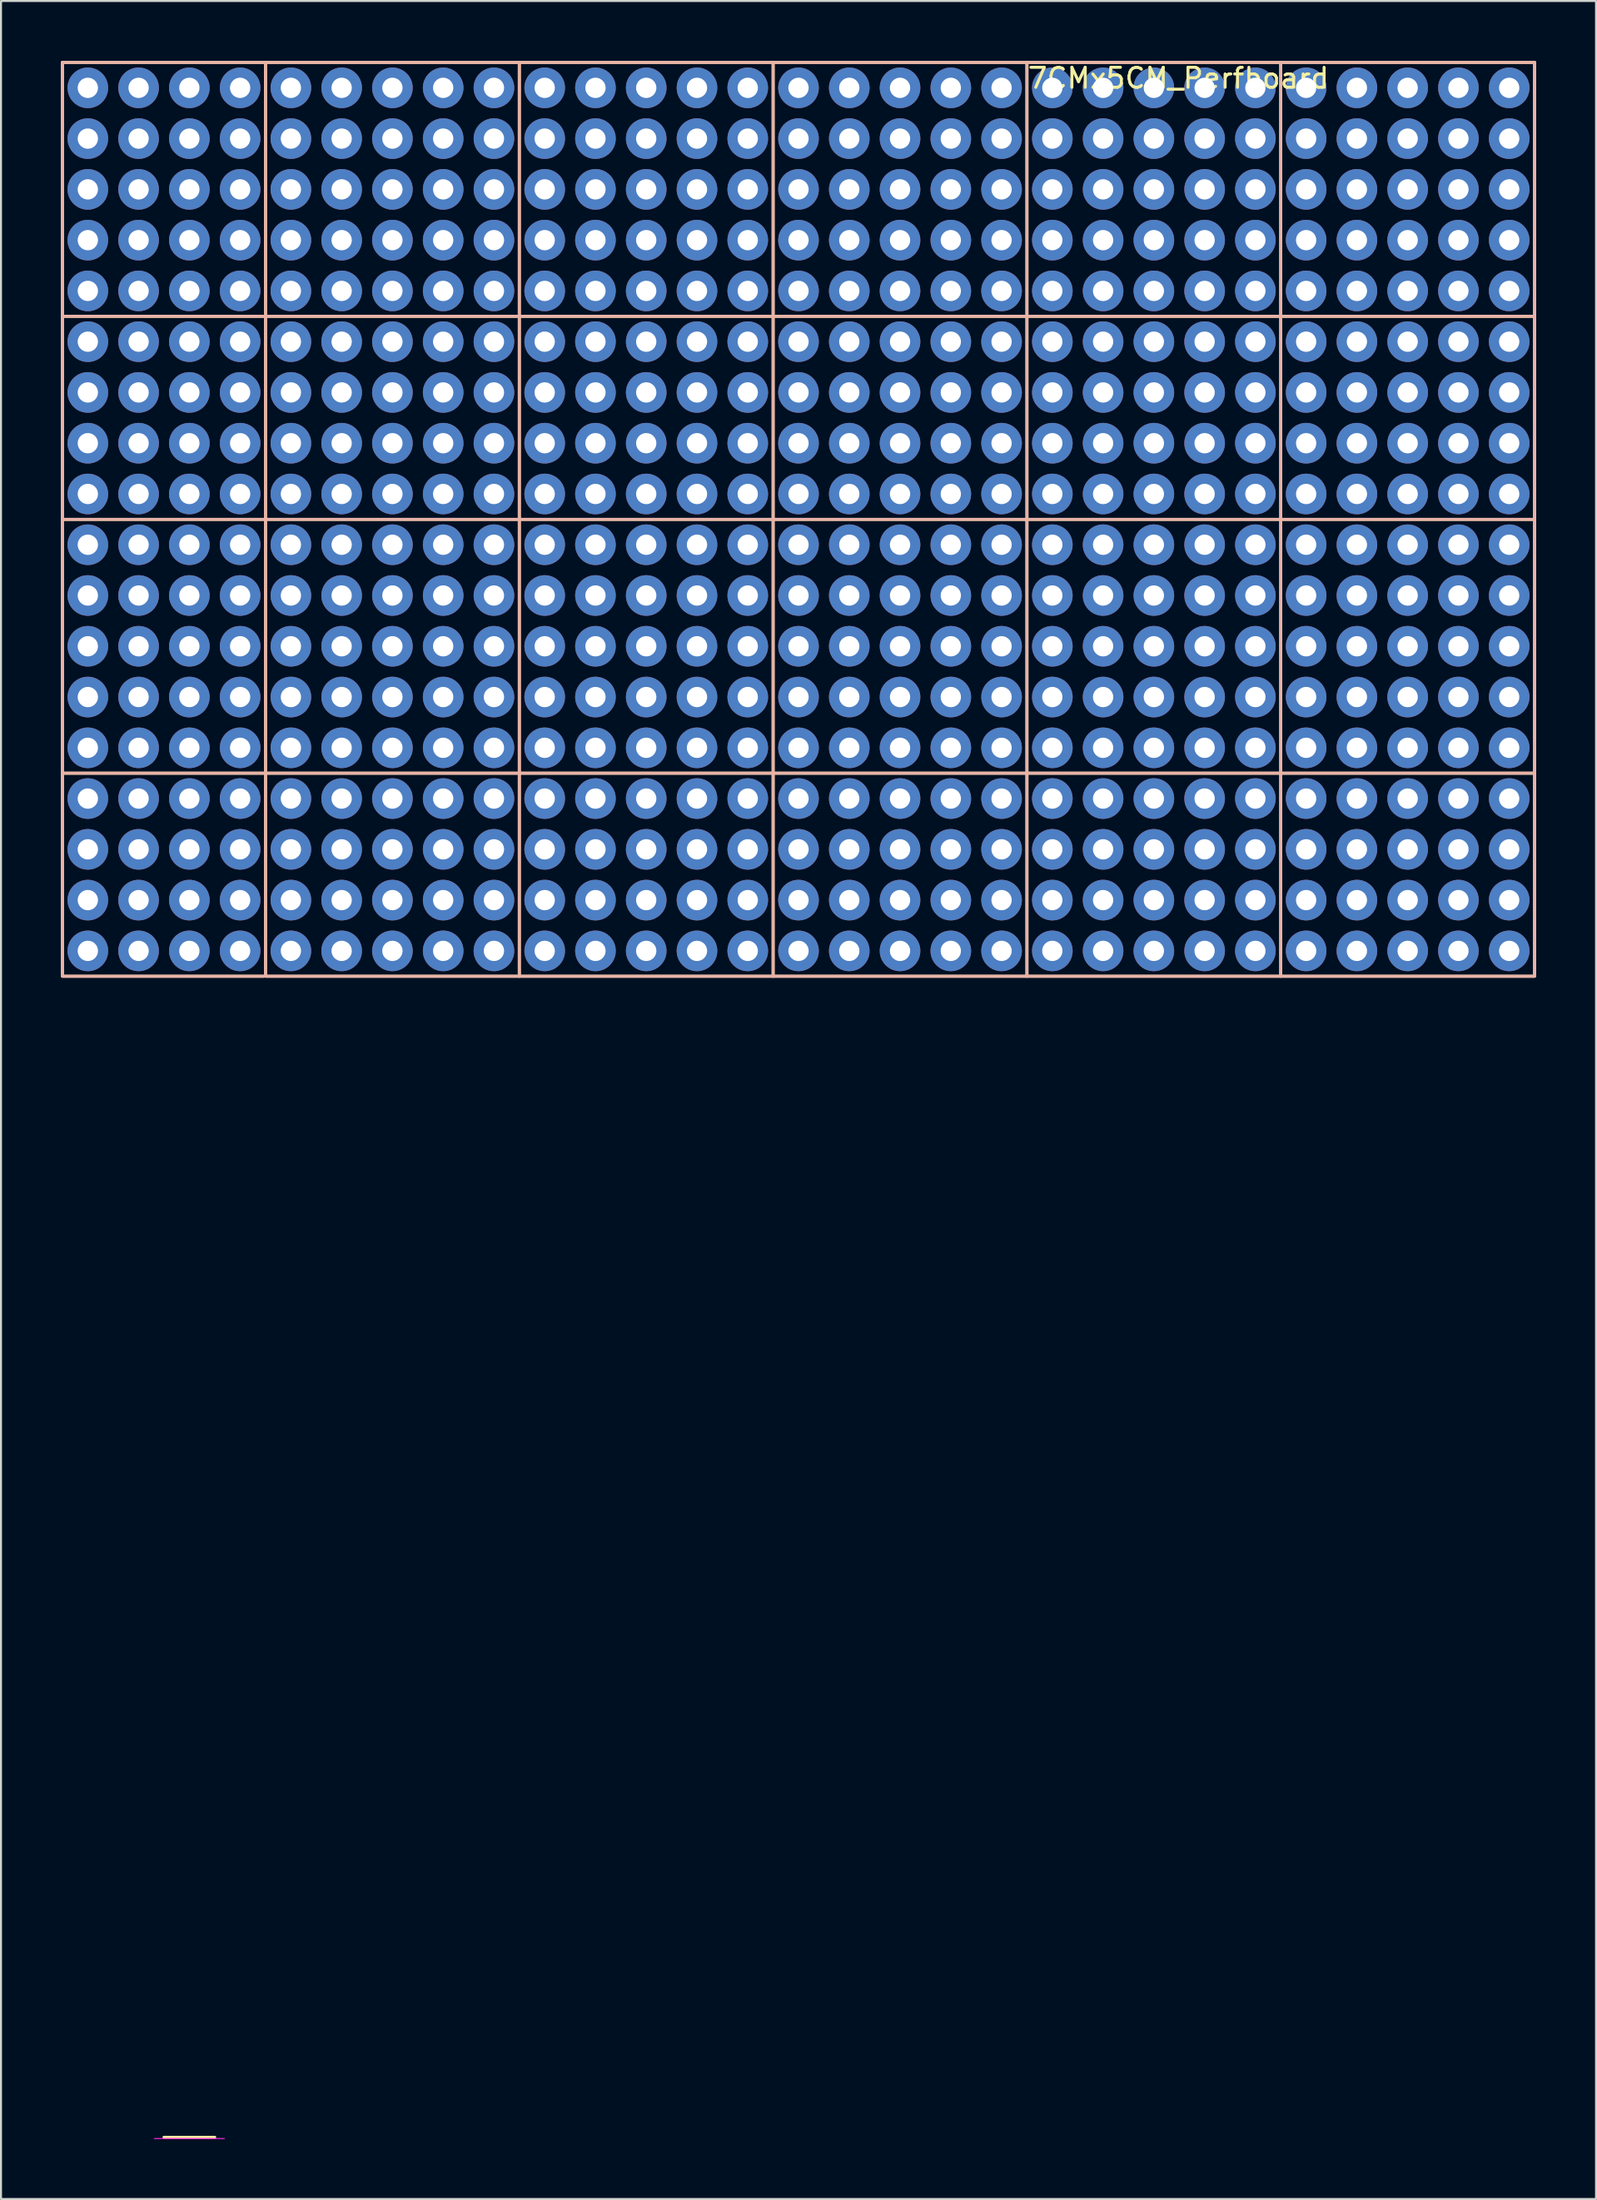
<source format=kicad_pcb>
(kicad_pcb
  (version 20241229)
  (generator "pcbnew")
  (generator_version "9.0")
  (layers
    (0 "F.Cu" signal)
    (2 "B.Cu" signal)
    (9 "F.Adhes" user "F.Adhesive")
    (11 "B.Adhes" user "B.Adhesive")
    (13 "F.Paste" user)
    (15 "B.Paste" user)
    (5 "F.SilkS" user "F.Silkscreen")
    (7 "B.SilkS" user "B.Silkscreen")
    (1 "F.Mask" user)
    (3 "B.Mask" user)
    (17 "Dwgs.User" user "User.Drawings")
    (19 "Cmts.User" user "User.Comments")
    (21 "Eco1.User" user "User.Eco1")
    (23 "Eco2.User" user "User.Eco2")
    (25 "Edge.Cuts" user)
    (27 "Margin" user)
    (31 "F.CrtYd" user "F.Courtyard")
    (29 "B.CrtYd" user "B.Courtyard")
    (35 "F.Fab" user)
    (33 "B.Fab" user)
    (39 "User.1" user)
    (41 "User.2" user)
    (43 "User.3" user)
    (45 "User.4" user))
  (footprint "7CMx5CM_Perfboard"
    (layer "F.Cu")
    (at 6.425 6.425)
    (property "Reference" "7CMx5CM_Perfboard" (at 49.492 -5.563 0) (layer "F.SilkS") (effects (font (size 1 1) (thickness 0.15))))
    (attr through_hole)
    (fp_line (start -6.35 -6.35) (end -6.35 6.33) (stroke (width 0.15) (type solid)) (layer "F.SilkS"))
    (fp_line (start -6.35 6.35) (end -6.35 16.43) (stroke (width 0.15) (type solid)) (layer "F.SilkS"))
    (fp_line (start -6.35 16.51) (end -6.35 29.19) (stroke (width 0.15) (type solid)) (layer "F.SilkS"))
    (fp_line (start -6.35 29.21) (end -6.35 39.29) (stroke (width 0.15) (type solid)) (layer "F.SilkS"))
    (fp_line (start -1.27 97.46) (end 1.27 97.46) (stroke (width 0.15) (type solid)) (layer "F.SilkS"))
    (fp_line (start 3.72 -6.35) (end -6.35 -6.35) (stroke (width 0.15) (type solid)) (layer "F.SilkS"))
    (fp_line (start 3.72 6.35) (end -6.35 6.35) (stroke (width 0.15) (type solid)) (layer "F.SilkS"))
    (fp_line (start 3.72 16.51) (end -6.35 16.51) (stroke (width 0.15) (type solid)) (layer "F.SilkS"))
    (fp_line (start 3.72 29.21) (end -6.35 29.21) (stroke (width 0.15) (type solid)) (layer "F.SilkS"))
    (fp_line (start 3.72 39.37) (end -6.35 39.37) (stroke (width 0.15) (type solid)) (layer "F.SilkS"))
    (fp_line (start 3.81 -6.35) (end 3.81 6.33) (stroke (width 0.15) (type solid)) (layer "F.SilkS"))
    (fp_line (start 3.81 6.35) (end 3.81 16.43) (stroke (width 0.15) (type solid)) (layer "F.SilkS"))
    (fp_line (start 3.81 16.51) (end 3.81 29.19) (stroke (width 0.15) (type solid)) (layer "F.SilkS"))
    (fp_line (start 3.81 29.21) (end 3.81 39.29) (stroke (width 0.15) (type solid)) (layer "F.SilkS"))
    (fp_line (start 16.51 -6.35) (end 3.81 -6.35) (stroke (width 0.15) (type solid)) (layer "F.SilkS"))
    (fp_line (start 16.51 -6.35) (end 16.51 6.33) (stroke (width 0.15) (type solid)) (layer "F.SilkS"))
    (fp_line (start 16.51 6.35) (end 3.81 6.35) (stroke (width 0.15) (type solid)) (layer "F.SilkS"))
    (fp_line (start 16.51 6.35) (end 16.51 16.43) (stroke (width 0.15) (type solid)) (layer "F.SilkS"))
    (fp_line (start 16.51 16.51) (end 3.81 16.51) (stroke (width 0.15) (type solid)) (layer "F.SilkS"))
    (fp_line (start 16.51 16.51) (end 16.51 29.19) (stroke (width 0.15) (type solid)) (layer "F.SilkS"))
    (fp_line (start 16.51 29.21) (end 3.81 29.21) (stroke (width 0.15) (type solid)) (layer "F.SilkS"))
    (fp_line (start 16.51 29.21) (end 16.51 39.29) (stroke (width 0.15) (type solid)) (layer "F.SilkS"))
    (fp_line (start 16.51 39.37) (end 3.81 39.37) (stroke (width 0.15) (type solid)) (layer "F.SilkS"))
    (fp_line (start 29.21 -6.35) (end 16.51 -6.35) (stroke (width 0.15) (type solid)) (layer "F.SilkS"))
    (fp_line (start 29.21 -6.35) (end 29.21 6.33) (stroke (width 0.15) (type solid)) (layer "F.SilkS"))
    (fp_line (start 29.21 6.35) (end 16.51 6.35) (stroke (width 0.15) (type solid)) (layer "F.SilkS"))
    (fp_line (start 29.21 6.35) (end 29.21 16.43) (stroke (width 0.15) (type solid)) (layer "F.SilkS"))
    (fp_line (start 29.21 16.51) (end 16.51 16.51) (stroke (width 0.15) (type solid)) (layer "F.SilkS"))
    (fp_line (start 29.21 16.51) (end 29.21 29.19) (stroke (width 0.15) (type solid)) (layer "F.SilkS"))
    (fp_line (start 29.21 29.21) (end 16.51 29.21) (stroke (width 0.15) (type solid)) (layer "F.SilkS"))
    (fp_line (start 29.21 29.21) (end 29.21 39.29) (stroke (width 0.15) (type solid)) (layer "F.SilkS"))
    (fp_line (start 29.21 39.37) (end 16.51 39.37) (stroke (width 0.15) (type solid)) (layer "F.SilkS"))
    (fp_line (start 41.91 -6.35) (end 29.21 -6.35) (stroke (width 0.15) (type solid)) (layer "F.SilkS"))
    (fp_line (start 41.91 -6.35) (end 41.91 6.33) (stroke (width 0.15) (type solid)) (layer "F.SilkS"))
    (fp_line (start 41.91 6.35) (end 29.21 6.35) (stroke (width 0.15) (type solid)) (layer "F.SilkS"))
    (fp_line (start 41.91 6.35) (end 41.91 16.43) (stroke (width 0.15) (type solid)) (layer "F.SilkS"))
    (fp_line (start 41.91 16.51) (end 29.21 16.51) (stroke (width 0.15) (type solid)) (layer "F.SilkS"))
    (fp_line (start 41.91 16.51) (end 41.91 29.19) (stroke (width 0.15) (type solid)) (layer "F.SilkS"))
    (fp_line (start 41.91 29.21) (end 29.21 29.21) (stroke (width 0.15) (type solid)) (layer "F.SilkS"))
    (fp_line (start 41.91 29.21) (end 41.91 39.29) (stroke (width 0.15) (type solid)) (layer "F.SilkS"))
    (fp_line (start 41.91 39.37) (end 29.21 39.37) (stroke (width 0.15) (type solid)) (layer "F.SilkS"))
    (fp_line (start 54.61 -6.35) (end 41.91 -6.35) (stroke (width 0.15) (type solid)) (layer "F.SilkS"))
    (fp_line (start 54.61 -6.35) (end 54.61 6.33) (stroke (width 0.15) (type solid)) (layer "F.SilkS"))
    (fp_line (start 54.61 6.35) (end 41.91 6.35) (stroke (width 0.15) (type solid)) (layer "F.SilkS"))
    (fp_line (start 54.61 6.35) (end 54.61 16.43) (stroke (width 0.15) (type solid)) (layer "F.SilkS"))
    (fp_line (start 54.61 16.51) (end 41.91 16.51) (stroke (width 0.15) (type solid)) (layer "F.SilkS"))
    (fp_line (start 54.61 16.51) (end 54.61 29.19) (stroke (width 0.15) (type solid)) (layer "F.SilkS"))
    (fp_line (start 54.61 29.21) (end 41.91 29.21) (stroke (width 0.15) (type solid)) (layer "F.SilkS"))
    (fp_line (start 54.61 29.21) (end 54.61 39.29) (stroke (width 0.15) (type solid)) (layer "F.SilkS"))
    (fp_line (start 54.61 39.37) (end 41.91 39.37) (stroke (width 0.15) (type solid)) (layer "F.SilkS"))
    (fp_line (start 67.31 -6.35) (end 54.61 -6.35) (stroke (width 0.15) (type solid)) (layer "F.SilkS"))
    (fp_line (start 67.31 -6.35) (end 67.31 6.33) (stroke (width 0.15) (type solid)) (layer "F.SilkS"))
    (fp_line (start 67.31 6.35) (end 54.61 6.35) (stroke (width 0.15) (type solid)) (layer "F.SilkS"))
    (fp_line (start 67.31 6.35) (end 67.31 16.43) (stroke (width 0.15) (type solid)) (layer "F.SilkS"))
    (fp_line (start 67.31 16.51) (end 54.61 16.51) (stroke (width 0.15) (type solid)) (layer "F.SilkS"))
    (fp_line (start 67.31 16.51) (end 67.31 29.19) (stroke (width 0.15) (type solid)) (layer "F.SilkS"))
    (fp_line (start 67.31 29.21) (end 54.61 29.21) (stroke (width 0.15) (type solid)) (layer "F.SilkS"))
    (fp_line (start 67.31 29.21) (end 67.31 39.29) (stroke (width 0.15) (type solid)) (layer "F.SilkS"))
    (fp_line (start 67.31 39.37) (end 54.61 39.37) (stroke (width 0.15) (type solid)) (layer "F.SilkS"))
    (fp_line (start -6.35 -6.35) (end -6.35 6.33) (stroke (width 0.15) (type solid)) (layer "B.SilkS"))
    (fp_line (start -6.35 6.35) (end -6.35 16.43) (stroke (width 0.15) (type solid)) (layer "B.SilkS"))
    (fp_line (start -6.35 16.51) (end -6.35 29.19) (stroke (width 0.15) (type solid)) (layer "B.SilkS"))
    (fp_line (start -6.35 29.21) (end -6.35 39.29) (stroke (width 0.15) (type solid)) (layer "B.SilkS"))
    (fp_line (start 3.72 -6.35) (end -6.35 -6.35) (stroke (width 0.15) (type solid)) (layer "B.SilkS"))
    (fp_line (start 3.72 6.35) (end -6.35 6.35) (stroke (width 0.15) (type solid)) (layer "B.SilkS"))
    (fp_line (start 3.72 16.51) (end -6.35 16.51) (stroke (width 0.15) (type solid)) (layer "B.SilkS"))
    (fp_line (start 3.72 29.21) (end -6.35 29.21) (stroke (width 0.15) (type solid)) (layer "B.SilkS"))
    (fp_line (start 3.72 39.37) (end -6.35 39.37) (stroke (width 0.15) (type solid)) (layer "B.SilkS"))
    (fp_line (start 3.81 -6.35) (end 3.81 6.33) (stroke (width 0.15) (type solid)) (layer "B.SilkS"))
    (fp_line (start 3.81 6.35) (end 3.81 16.43) (stroke (width 0.15) (type solid)) (layer "B.SilkS"))
    (fp_line (start 3.81 16.51) (end 3.81 29.19) (stroke (width 0.15) (type solid)) (layer "B.SilkS"))
    (fp_line (start 3.81 29.21) (end 3.81 39.29) (stroke (width 0.15) (type solid)) (layer "B.SilkS"))
    (fp_line (start 16.51 -6.35) (end 3.81 -6.35) (stroke (width 0.15) (type solid)) (layer "B.SilkS"))
    (fp_line (start 16.51 -6.35) (end 16.51 6.33) (stroke (width 0.15) (type solid)) (layer "B.SilkS"))
    (fp_line (start 16.51 6.35) (end 3.81 6.35) (stroke (width 0.15) (type solid)) (layer "B.SilkS"))
    (fp_line (start 16.51 6.35) (end 16.51 16.43) (stroke (width 0.15) (type solid)) (layer "B.SilkS"))
    (fp_line (start 16.51 16.51) (end 3.81 16.51) (stroke (width 0.15) (type solid)) (layer "B.SilkS"))
    (fp_line (start 16.51 16.51) (end 16.51 29.19) (stroke (width 0.15) (type solid)) (layer "B.SilkS"))
    (fp_line (start 16.51 29.21) (end 3.81 29.21) (stroke (width 0.15) (type solid)) (layer "B.SilkS"))
    (fp_line (start 16.51 29.21) (end 16.51 39.29) (stroke (width 0.15) (type solid)) (layer "B.SilkS"))
    (fp_line (start 16.51 39.37) (end 3.81 39.37) (stroke (width 0.15) (type solid)) (layer "B.SilkS"))
    (fp_line (start 29.21 -6.35) (end 16.51 -6.35) (stroke (width 0.15) (type solid)) (layer "B.SilkS"))
    (fp_line (start 29.21 -6.35) (end 29.21 6.33) (stroke (width 0.15) (type solid)) (layer "B.SilkS"))
    (fp_line (start 29.21 6.35) (end 16.51 6.35) (stroke (width 0.15) (type solid)) (layer "B.SilkS"))
    (fp_line (start 29.21 6.35) (end 29.21 16.43) (stroke (width 0.15) (type solid)) (layer "B.SilkS"))
    (fp_line (start 29.21 16.51) (end 16.51 16.51) (stroke (width 0.15) (type solid)) (layer "B.SilkS"))
    (fp_line (start 29.21 16.51) (end 29.21 29.19) (stroke (width 0.15) (type solid)) (layer "B.SilkS"))
    (fp_line (start 29.21 29.21) (end 16.51 29.21) (stroke (width 0.15) (type solid)) (layer "B.SilkS"))
    (fp_line (start 29.21 29.21) (end 29.21 39.29) (stroke (width 0.15) (type solid)) (layer "B.SilkS"))
    (fp_line (start 29.21 39.37) (end 16.51 39.37) (stroke (width 0.15) (type solid)) (layer "B.SilkS"))
    (fp_line (start 41.91 -6.35) (end 29.21 -6.35) (stroke (width 0.15) (type solid)) (layer "B.SilkS"))
    (fp_line (start 41.91 -6.35) (end 41.91 6.33) (stroke (width 0.15) (type solid)) (layer "B.SilkS"))
    (fp_line (start 41.91 6.35) (end 29.21 6.35) (stroke (width 0.15) (type solid)) (layer "B.SilkS"))
    (fp_line (start 41.91 6.35) (end 41.91 16.43) (stroke (width 0.15) (type solid)) (layer "B.SilkS"))
    (fp_line (start 41.91 16.51) (end 29.21 16.51) (stroke (width 0.15) (type solid)) (layer "B.SilkS"))
    (fp_line (start 41.91 16.51) (end 41.91 29.19) (stroke (width 0.15) (type solid)) (layer "B.SilkS"))
    (fp_line (start 41.91 29.21) (end 29.21 29.21) (stroke (width 0.15) (type solid)) (layer "B.SilkS"))
    (fp_line (start 41.91 29.21) (end 41.91 39.29) (stroke (width 0.15) (type solid)) (layer "B.SilkS"))
    (fp_line (start 41.91 39.37) (end 29.21 39.37) (stroke (width 0.15) (type solid)) (layer "B.SilkS"))
    (fp_line (start 54.61 -6.35) (end 41.91 -6.35) (stroke (width 0.15) (type solid)) (layer "B.SilkS"))
    (fp_line (start 54.61 -6.35) (end 54.61 6.33) (stroke (width 0.15) (type solid)) (layer "B.SilkS"))
    (fp_line (start 54.61 6.35) (end 41.91 6.35) (stroke (width 0.15) (type solid)) (layer "B.SilkS"))
    (fp_line (start 54.61 6.35) (end 54.61 16.43) (stroke (width 0.15) (type solid)) (layer "B.SilkS"))
    (fp_line (start 54.61 16.51) (end 41.91 16.51) (stroke (width 0.15) (type solid)) (layer "B.SilkS"))
    (fp_line (start 54.61 16.51) (end 54.61 29.19) (stroke (width 0.15) (type solid)) (layer "B.SilkS"))
    (fp_line (start 54.61 29.21) (end 41.91 29.21) (stroke (width 0.15) (type solid)) (layer "B.SilkS"))
    (fp_line (start 54.61 29.21) (end 54.61 39.29) (stroke (width 0.15) (type solid)) (layer "B.SilkS"))
    (fp_line (start 54.61 39.37) (end 41.91 39.37) (stroke (width 0.15) (type solid)) (layer "B.SilkS"))
    (fp_line (start 67.31 -6.35) (end 54.61 -6.35) (stroke (width 0.15) (type solid)) (layer "B.SilkS"))
    (fp_line (start 67.31 -6.35) (end 67.31 6.33) (stroke (width 0.15) (type solid)) (layer "B.SilkS"))
    (fp_line (start 67.31 6.35) (end 54.61 6.35) (stroke (width 0.15) (type solid)) (layer "B.SilkS"))
    (fp_line (start 67.31 6.35) (end 67.31 16.43) (stroke (width 0.15) (type solid)) (layer "B.SilkS"))
    (fp_line (start 67.31 16.51) (end 54.61 16.51) (stroke (width 0.15) (type solid)) (layer "B.SilkS"))
    (fp_line (start 67.31 16.51) (end 67.31 29.19) (stroke (width 0.15) (type solid)) (layer "B.SilkS"))
    (fp_line (start 67.31 29.21) (end 54.61 29.21) (stroke (width 0.15) (type solid)) (layer "B.SilkS"))
    (fp_line (start 67.31 29.21) (end 67.31 39.29) (stroke (width 0.15) (type solid)) (layer "B.SilkS"))
    (fp_line (start 67.31 39.37) (end 54.61 39.37) (stroke (width 0.15) (type solid)) (layer "B.SilkS"))
    (fp_line (start -1.75 97.523) (end 1.75 97.523) (stroke (width 0.05) (type solid)) (layer "F.CrtYd"))
    (pad "" thru_hole circle (at -5.08 -5.08) (size 2.032 2.032) (drill 1.016) (layers "B.Cu" "B.Mask"))
    (pad "" thru_hole circle (at -5.08 -2.54) (size 2.032 2.032) (drill 1.016) (layers "B.Cu" "B.Mask"))
    (pad "" thru_hole circle (at -5.08 0) (size 2.032 2.032) (drill 1.016) (layers "B.Cu" "B.Mask"))
    (pad "" thru_hole circle (at -5.08 2.54) (size 2.032 2.032) (drill 1.016) (layers "B.Cu" "B.Mask"))
    (pad "" thru_hole circle (at -5.08 5.08) (size 2.032 2.032) (drill 1.016) (layers "B.Cu" "B.Mask"))
    (pad "" thru_hole circle (at -5.08 7.62) (size 2.032 2.032) (drill 1.016) (layers "B.Cu" "B.Mask"))
    (pad "" thru_hole circle (at -5.08 10.16) (size 2.032 2.032) (drill 1.016) (layers "B.Cu" "B.Mask"))
    (pad "" thru_hole circle (at -5.08 12.7) (size 2.032 2.032) (drill 1.016) (layers "B.Cu" "B.Mask"))
    (pad "" thru_hole circle (at -5.08 15.24) (size 2.032 2.032) (drill 1.016) (layers "B.Cu" "B.Mask"))
    (pad "" thru_hole circle (at -5.08 17.78) (size 2.032 2.032) (drill 1.016) (layers "B.Cu" "B.Mask"))
    (pad "" thru_hole circle (at -5.08 20.32) (size 2.032 2.032) (drill 1.016) (layers "B.Cu" "B.Mask"))
    (pad "" thru_hole circle (at -5.08 22.86) (size 2.032 2.032) (drill 1.016) (layers "B.Cu" "B.Mask"))
    (pad "" thru_hole circle (at -5.08 25.4) (size 2.032 2.032) (drill 1.016) (layers "B.Cu" "B.Mask"))
    (pad "" thru_hole circle (at -5.08 27.94) (size 2.032 2.032) (drill 1.016) (layers "B.Cu" "B.Mask"))
    (pad "" thru_hole circle (at -5.08 30.48) (size 2.032 2.032) (drill 1.016) (layers "B.Cu" "B.Mask"))
    (pad "" thru_hole circle (at -5.08 33.02) (size 2.032 2.032) (drill 1.016) (layers "B.Cu" "B.Mask"))
    (pad "" thru_hole circle (at -5.08 35.56) (size 2.032 2.032) (drill 1.016) (layers "B.Cu" "B.Mask"))
    (pad "" thru_hole circle (at -5.08 38.1) (size 2.032 2.032) (drill 1.016) (layers "B.Cu" "B.Mask"))
    (pad "" thru_hole circle (at -2.54 -5.08) (size 2.032 2.032) (drill 1.016) (layers "B.Cu" "B.Mask"))
    (pad "" thru_hole circle (at -2.54 -2.54) (size 2.032 2.032) (drill 1.016) (layers "B.Cu" "B.Mask"))
    (pad "" thru_hole circle (at -2.54 0) (size 2.032 2.032) (drill 1.016) (layers "B.Cu" "B.Mask"))
    (pad "" thru_hole circle (at -2.54 2.54) (size 2.032 2.032) (drill 1.016) (layers "B.Cu" "B.Mask"))
    (pad "" thru_hole circle (at -2.54 5.08) (size 2.032 2.032) (drill 1.016) (layers "B.Cu" "B.Mask"))
    (pad "" thru_hole circle (at -2.54 7.62) (size 2.032 2.032) (drill 1.016) (layers "B.Cu" "B.Mask"))
    (pad "" thru_hole circle (at -2.54 10.16) (size 2.032 2.032) (drill 1.016) (layers "B.Cu" "B.Mask"))
    (pad "" thru_hole circle (at -2.54 12.7) (size 2.032 2.032) (drill 1.016) (layers "B.Cu" "B.Mask"))
    (pad "" thru_hole circle (at -2.54 15.24) (size 2.032 2.032) (drill 1.016) (layers "B.Cu" "B.Mask"))
    (pad "" thru_hole circle (at -2.54 17.78) (size 2.032 2.032) (drill 1.016) (layers "B.Cu" "B.Mask"))
    (pad "" thru_hole circle (at -2.54 20.32) (size 2.032 2.032) (drill 1.016) (layers "B.Cu" "B.Mask"))
    (pad "" thru_hole circle (at -2.54 22.86) (size 2.032 2.032) (drill 1.016) (layers "B.Cu" "B.Mask"))
    (pad "" thru_hole circle (at -2.54 25.4) (size 2.032 2.032) (drill 1.016) (layers "B.Cu" "B.Mask"))
    (pad "" thru_hole circle (at -2.54 27.94) (size 2.032 2.032) (drill 1.016) (layers "B.Cu" "B.Mask"))
    (pad "" thru_hole circle (at -2.54 30.48) (size 2.032 2.032) (drill 1.016) (layers "B.Cu" "B.Mask"))
    (pad "" thru_hole circle (at -2.54 33.02) (size 2.032 2.032) (drill 1.016) (layers "B.Cu" "B.Mask"))
    (pad "" thru_hole circle (at -2.54 35.56) (size 2.032 2.032) (drill 1.016) (layers "B.Cu" "B.Mask"))
    (pad "" thru_hole circle (at -2.54 38.1) (size 2.032 2.032) (drill 1.016) (layers "B.Cu" "B.Mask"))
    (pad "" thru_hole circle (at 0 -5.08) (size 2.032 2.032) (drill 1.016) (layers "B.Cu" "B.Mask"))
    (pad "" thru_hole circle (at 0 -2.54) (size 2.032 2.032) (drill 1.016) (layers "B.Cu" "B.Mask"))
    (pad "" thru_hole circle (at 0 0) (size 2.032 2.032) (drill 1.016) (layers "B.Cu" "B.Mask"))
    (pad "" thru_hole circle (at 0 2.54) (size 2.032 2.032) (drill 1.016) (layers "B.Cu" "B.Mask"))
    (pad "" thru_hole circle (at 0 5.08) (size 2.032 2.032) (drill 1.016) (layers "B.Cu" "B.Mask"))
    (pad "" thru_hole circle (at 0 7.62) (size 2.032 2.032) (drill 1.016) (layers "B.Cu" "B.Mask"))
    (pad "" thru_hole circle (at 0 10.16) (size 2.032 2.032) (drill 1.016) (layers "B.Cu" "B.Mask"))
    (pad "" thru_hole circle (at 0 12.7) (size 2.032 2.032) (drill 1.016) (layers "B.Cu" "B.Mask"))
    (pad "" thru_hole circle (at 0 15.24) (size 2.032 2.032) (drill 1.016) (layers "B.Cu" "B.Mask"))
    (pad "" thru_hole circle (at 0 17.78) (size 2.032 2.032) (drill 1.016) (layers "B.Cu" "B.Mask"))
    (pad "" thru_hole circle (at 0 20.32) (size 2.032 2.032) (drill 1.016) (layers "B.Cu" "B.Mask"))
    (pad "" thru_hole circle (at 0 22.86) (size 2.032 2.032) (drill 1.016) (layers "B.Cu" "B.Mask"))
    (pad "" thru_hole circle (at 0 25.4) (size 2.032 2.032) (drill 1.016) (layers "B.Cu" "B.Mask"))
    (pad "" thru_hole circle (at 0 27.94) (size 2.032 2.032) (drill 1.016) (layers "B.Cu" "B.Mask"))
    (pad "" thru_hole circle (at 0 30.48) (size 2.032 2.032) (drill 1.016) (layers "B.Cu" "B.Mask"))
    (pad "" thru_hole circle (at 0 33.02) (size 2.032 2.032) (drill 1.016) (layers "B.Cu" "B.Mask"))
    (pad "" thru_hole circle (at 0 35.56) (size 2.032 2.032) (drill 1.016) (layers "B.Cu" "B.Mask"))
    (pad "" thru_hole circle (at 0 38.1) (size 2.032 2.032) (drill 1.016) (layers "B.Cu" "B.Mask"))
    (pad "" thru_hole circle (at 2.54 -5.08) (size 2.032 2.032) (drill 1.016) (layers "B.Cu" "B.Mask"))
    (pad "" thru_hole circle (at 2.54 -2.54) (size 2.032 2.032) (drill 1.016) (layers "B.Cu" "B.Mask"))
    (pad "" thru_hole circle (at 2.54 0) (size 2.032 2.032) (drill 1.016) (layers "B.Cu" "B.Mask"))
    (pad "" thru_hole circle (at 2.54 2.54) (size 2.032 2.032) (drill 1.016) (layers "B.Cu" "B.Mask"))
    (pad "" thru_hole circle (at 2.54 5.08) (size 2.032 2.032) (drill 1.016) (layers "B.Cu" "B.Mask"))
    (pad "" thru_hole circle (at 2.54 7.62) (size 2.032 2.032) (drill 1.016) (layers "B.Cu" "B.Mask"))
    (pad "" thru_hole circle (at 2.54 10.16) (size 2.032 2.032) (drill 1.016) (layers "B.Cu" "B.Mask"))
    (pad "" thru_hole circle (at 2.54 12.7) (size 2.032 2.032) (drill 1.016) (layers "B.Cu" "B.Mask"))
    (pad "" thru_hole circle (at 2.54 15.24) (size 2.032 2.032) (drill 1.016) (layers "B.Cu" "B.Mask"))
    (pad "" thru_hole circle (at 2.54 17.78) (size 2.032 2.032) (drill 1.016) (layers "B.Cu" "B.Mask"))
    (pad "" thru_hole circle (at 2.54 20.32) (size 2.032 2.032) (drill 1.016) (layers "B.Cu" "B.Mask"))
    (pad "" thru_hole circle (at 2.54 22.86) (size 2.032 2.032) (drill 1.016) (layers "B.Cu" "B.Mask"))
    (pad "" thru_hole circle (at 2.54 25.4) (size 2.032 2.032) (drill 1.016) (layers "B.Cu" "B.Mask"))
    (pad "" thru_hole circle (at 2.54 27.94) (size 2.032 2.032) (drill 1.016) (layers "B.Cu" "B.Mask"))
    (pad "" thru_hole circle (at 2.54 30.48) (size 2.032 2.032) (drill 1.016) (layers "B.Cu" "B.Mask"))
    (pad "" thru_hole circle (at 2.54 33.02) (size 2.032 2.032) (drill 1.016) (layers "B.Cu" "B.Mask"))
    (pad "" thru_hole circle (at 2.54 35.56) (size 2.032 2.032) (drill 1.016) (layers "B.Cu" "B.Mask"))
    (pad "" thru_hole circle (at 2.54 38.1) (size 2.032 2.032) (drill 1.016) (layers "B.Cu" "B.Mask"))
    (pad "" thru_hole circle (at 5.08 -5.08) (size 2.032 2.032) (drill 1.016) (layers "B.Cu" "B.Mask"))
    (pad "" thru_hole circle (at 5.08 -2.54) (size 2.032 2.032) (drill 1.016) (layers "B.Cu" "B.Mask"))
    (pad "" thru_hole circle (at 5.08 0) (size 2.032 2.032) (drill 1.016) (layers "B.Cu" "B.Mask"))
    (pad "" thru_hole circle (at 5.08 2.54) (size 2.032 2.032) (drill 1.016) (layers "B.Cu" "B.Mask"))
    (pad "" thru_hole circle (at 5.08 5.08) (size 2.032 2.032) (drill 1.016) (layers "B.Cu" "B.Mask"))
    (pad "" thru_hole circle (at 5.08 7.62) (size 2.032 2.032) (drill 1.016) (layers "B.Cu" "B.Mask"))
    (pad "" thru_hole circle (at 5.08 10.16) (size 2.032 2.032) (drill 1.016) (layers "B.Cu" "B.Mask"))
    (pad "" thru_hole circle (at 5.08 12.7) (size 2.032 2.032) (drill 1.016) (layers "B.Cu" "B.Mask"))
    (pad "" thru_hole circle (at 5.08 15.24) (size 2.032 2.032) (drill 1.016) (layers "B.Cu" "B.Mask"))
    (pad "" thru_hole circle (at 5.08 17.78) (size 2.032 2.032) (drill 1.016) (layers "B.Cu" "B.Mask"))
    (pad "" thru_hole circle (at 5.08 20.32) (size 2.032 2.032) (drill 1.016) (layers "B.Cu" "B.Mask"))
    (pad "" thru_hole circle (at 5.08 22.86) (size 2.032 2.032) (drill 1.016) (layers "B.Cu" "B.Mask"))
    (pad "" thru_hole circle (at 5.08 25.4) (size 2.032 2.032) (drill 1.016) (layers "B.Cu" "B.Mask"))
    (pad "" thru_hole circle (at 5.08 27.94) (size 2.032 2.032) (drill 1.016) (layers "B.Cu" "B.Mask"))
    (pad "" thru_hole circle (at 5.08 30.48) (size 2.032 2.032) (drill 1.016) (layers "B.Cu" "B.Mask"))
    (pad "" thru_hole circle (at 5.08 33.02) (size 2.032 2.032) (drill 1.016) (layers "B.Cu" "B.Mask"))
    (pad "" thru_hole circle (at 5.08 35.56) (size 2.032 2.032) (drill 1.016) (layers "B.Cu" "B.Mask"))
    (pad "" thru_hole circle (at 5.08 38.1) (size 2.032 2.032) (drill 1.016) (layers "B.Cu" "B.Mask"))
    (pad "" thru_hole circle (at 7.62 -5.08) (size 2.032 2.032) (drill 1.016) (layers "B.Cu" "B.Mask"))
    (pad "" thru_hole circle (at 7.62 -2.54) (size 2.032 2.032) (drill 1.016) (layers "B.Cu" "B.Mask"))
    (pad "" thru_hole circle (at 7.62 0) (size 2.032 2.032) (drill 1.016) (layers "B.Cu" "B.Mask"))
    (pad "" thru_hole circle (at 7.62 2.54) (size 2.032 2.032) (drill 1.016) (layers "B.Cu" "B.Mask"))
    (pad "" thru_hole circle (at 7.62 5.08) (size 2.032 2.032) (drill 1.016) (layers "B.Cu" "B.Mask"))
    (pad "" thru_hole circle (at 7.62 7.62) (size 2.032 2.032) (drill 1.016) (layers "B.Cu" "B.Mask"))
    (pad "" thru_hole circle (at 7.62 10.16) (size 2.032 2.032) (drill 1.016) (layers "B.Cu" "B.Mask"))
    (pad "" thru_hole circle (at 7.62 12.7) (size 2.032 2.032) (drill 1.016) (layers "B.Cu" "B.Mask"))
    (pad "" thru_hole circle (at 7.62 15.24) (size 2.032 2.032) (drill 1.016) (layers "B.Cu" "B.Mask"))
    (pad "" thru_hole circle (at 7.62 17.78) (size 2.032 2.032) (drill 1.016) (layers "B.Cu" "B.Mask"))
    (pad "" thru_hole circle (at 7.62 20.32) (size 2.032 2.032) (drill 1.016) (layers "B.Cu" "B.Mask"))
    (pad "" thru_hole circle (at 7.62 22.86) (size 2.032 2.032) (drill 1.016) (layers "B.Cu" "B.Mask"))
    (pad "" thru_hole circle (at 7.62 25.4) (size 2.032 2.032) (drill 1.016) (layers "B.Cu" "B.Mask"))
    (pad "" thru_hole circle (at 7.62 27.94) (size 2.032 2.032) (drill 1.016) (layers "B.Cu" "B.Mask"))
    (pad "" thru_hole circle (at 7.62 30.48) (size 2.032 2.032) (drill 1.016) (layers "B.Cu" "B.Mask"))
    (pad "" thru_hole circle (at 7.62 33.02) (size 2.032 2.032) (drill 1.016) (layers "B.Cu" "B.Mask"))
    (pad "" thru_hole circle (at 7.62 35.56) (size 2.032 2.032) (drill 1.016) (layers "B.Cu" "B.Mask"))
    (pad "" thru_hole circle (at 7.62 38.1) (size 2.032 2.032) (drill 1.016) (layers "B.Cu" "B.Mask"))
    (pad "" thru_hole circle (at 10.16 -5.08) (size 2.032 2.032) (drill 1.016) (layers "B.Cu" "B.Mask"))
    (pad "" thru_hole circle (at 10.16 -2.54) (size 2.032 2.032) (drill 1.016) (layers "B.Cu" "B.Mask"))
    (pad "" thru_hole circle (at 10.16 0) (size 2.032 2.032) (drill 1.016) (layers "B.Cu" "B.Mask"))
    (pad "" thru_hole circle (at 10.16 2.54) (size 2.032 2.032) (drill 1.016) (layers "B.Cu" "B.Mask"))
    (pad "" thru_hole circle (at 10.16 5.08) (size 2.032 2.032) (drill 1.016) (layers "B.Cu" "B.Mask"))
    (pad "" thru_hole circle (at 10.16 7.62) (size 2.032 2.032) (drill 1.016) (layers "B.Cu" "B.Mask"))
    (pad "" thru_hole circle (at 10.16 10.16) (size 2.032 2.032) (drill 1.016) (layers "B.Cu" "B.Mask"))
    (pad "" thru_hole circle (at 10.16 12.7) (size 2.032 2.032) (drill 1.016) (layers "B.Cu" "B.Mask"))
    (pad "" thru_hole circle (at 10.16 15.24) (size 2.032 2.032) (drill 1.016) (layers "B.Cu" "B.Mask"))
    (pad "" thru_hole circle (at 10.16 17.78) (size 2.032 2.032) (drill 1.016) (layers "B.Cu" "B.Mask"))
    (pad "" thru_hole circle (at 10.16 20.32) (size 2.032 2.032) (drill 1.016) (layers "B.Cu" "B.Mask"))
    (pad "" thru_hole circle (at 10.16 22.86) (size 2.032 2.032) (drill 1.016) (layers "B.Cu" "B.Mask"))
    (pad "" thru_hole circle (at 10.16 25.4) (size 2.032 2.032) (drill 1.016) (layers "B.Cu" "B.Mask"))
    (pad "" thru_hole circle (at 10.16 27.94) (size 2.032 2.032) (drill 1.016) (layers "B.Cu" "B.Mask"))
    (pad "" thru_hole circle (at 10.16 30.48) (size 2.032 2.032) (drill 1.016) (layers "B.Cu" "B.Mask"))
    (pad "" thru_hole circle (at 10.16 33.02) (size 2.032 2.032) (drill 1.016) (layers "B.Cu" "B.Mask"))
    (pad "" thru_hole circle (at 10.16 35.56) (size 2.032 2.032) (drill 1.016) (layers "B.Cu" "B.Mask"))
    (pad "" thru_hole circle (at 10.16 38.1) (size 2.032 2.032) (drill 1.016) (layers "B.Cu" "B.Mask"))
    (pad "" thru_hole circle (at 12.7 -5.08) (size 2.032 2.032) (drill 1.016) (layers "B.Cu" "B.Mask"))
    (pad "" thru_hole circle (at 12.7 -2.54) (size 2.032 2.032) (drill 1.016) (layers "B.Cu" "B.Mask"))
    (pad "" thru_hole circle (at 12.7 0) (size 2.032 2.032) (drill 1.016) (layers "B.Cu" "B.Mask"))
    (pad "" thru_hole circle (at 12.7 2.54) (size 2.032 2.032) (drill 1.016) (layers "B.Cu" "B.Mask"))
    (pad "" thru_hole circle (at 12.7 5.08) (size 2.032 2.032) (drill 1.016) (layers "B.Cu" "B.Mask"))
    (pad "" thru_hole circle (at 12.7 7.62) (size 2.032 2.032) (drill 1.016) (layers "B.Cu" "B.Mask"))
    (pad "" thru_hole circle (at 12.7 10.16) (size 2.032 2.032) (drill 1.016) (layers "B.Cu" "B.Mask"))
    (pad "" thru_hole circle (at 12.7 12.7) (size 2.032 2.032) (drill 1.016) (layers "B.Cu" "B.Mask"))
    (pad "" thru_hole circle (at 12.7 15.24) (size 2.032 2.032) (drill 1.016) (layers "B.Cu" "B.Mask"))
    (pad "" thru_hole circle (at 12.7 17.78) (size 2.032 2.032) (drill 1.016) (layers "B.Cu" "B.Mask"))
    (pad "" thru_hole circle (at 12.7 20.32) (size 2.032 2.032) (drill 1.016) (layers "B.Cu" "B.Mask"))
    (pad "" thru_hole circle (at 12.7 22.86) (size 2.032 2.032) (drill 1.016) (layers "B.Cu" "B.Mask"))
    (pad "" thru_hole circle (at 12.7 25.4) (size 2.032 2.032) (drill 1.016) (layers "B.Cu" "B.Mask"))
    (pad "" thru_hole circle (at 12.7 27.94) (size 2.032 2.032) (drill 1.016) (layers "B.Cu" "B.Mask"))
    (pad "" thru_hole circle (at 12.7 30.48) (size 2.032 2.032) (drill 1.016) (layers "B.Cu" "B.Mask"))
    (pad "" thru_hole circle (at 12.7 33.02) (size 2.032 2.032) (drill 1.016) (layers "B.Cu" "B.Mask"))
    (pad "" thru_hole circle (at 12.7 35.56) (size 2.032 2.032) (drill 1.016) (layers "B.Cu" "B.Mask"))
    (pad "" thru_hole circle (at 12.7 38.1) (size 2.032 2.032) (drill 1.016) (layers "B.Cu" "B.Mask"))
    (pad "" thru_hole circle (at 15.24 -5.08) (size 2.032 2.032) (drill 1.016) (layers "B.Cu" "B.Mask"))
    (pad "" thru_hole circle (at 15.24 -2.54) (size 2.032 2.032) (drill 1.016) (layers "B.Cu" "B.Mask"))
    (pad "" thru_hole circle (at 15.24 0) (size 2.032 2.032) (drill 1.016) (layers "B.Cu" "B.Mask"))
    (pad "" thru_hole circle (at 15.24 2.54) (size 2.032 2.032) (drill 1.016) (layers "B.Cu" "B.Mask"))
    (pad "" thru_hole circle (at 15.24 5.08) (size 2.032 2.032) (drill 1.016) (layers "B.Cu" "B.Mask"))
    (pad "" thru_hole circle (at 15.24 7.62) (size 2.032 2.032) (drill 1.016) (layers "B.Cu" "B.Mask"))
    (pad "" thru_hole circle (at 15.24 10.16) (size 2.032 2.032) (drill 1.016) (layers "B.Cu" "B.Mask"))
    (pad "" thru_hole circle (at 15.24 12.7) (size 2.032 2.032) (drill 1.016) (layers "B.Cu" "B.Mask"))
    (pad "" thru_hole circle (at 15.24 15.24) (size 2.032 2.032) (drill 1.016) (layers "B.Cu" "B.Mask"))
    (pad "" thru_hole circle (at 15.24 17.78) (size 2.032 2.032) (drill 1.016) (layers "B.Cu" "B.Mask"))
    (pad "" thru_hole circle (at 15.24 20.32) (size 2.032 2.032) (drill 1.016) (layers "B.Cu" "B.Mask"))
    (pad "" thru_hole circle (at 15.24 22.86) (size 2.032 2.032) (drill 1.016) (layers "B.Cu" "B.Mask"))
    (pad "" thru_hole circle (at 15.24 25.4) (size 2.032 2.032) (drill 1.016) (layers "B.Cu" "B.Mask"))
    (pad "" thru_hole circle (at 15.24 27.94) (size 2.032 2.032) (drill 1.016) (layers "B.Cu" "B.Mask"))
    (pad "" thru_hole circle (at 15.24 30.48) (size 2.032 2.032) (drill 1.016) (layers "B.Cu" "B.Mask"))
    (pad "" thru_hole circle (at 15.24 33.02) (size 2.032 2.032) (drill 1.016) (layers "B.Cu" "B.Mask"))
    (pad "" thru_hole circle (at 15.24 35.56) (size 2.032 2.032) (drill 1.016) (layers "B.Cu" "B.Mask"))
    (pad "" thru_hole circle (at 15.24 38.1) (size 2.032 2.032) (drill 1.016) (layers "B.Cu" "B.Mask"))
    (pad "" thru_hole circle (at 17.78 -5.08) (size 2.032 2.032) (drill 1.016) (layers "B.Cu" "B.Mask"))
    (pad "" thru_hole circle (at 17.78 -2.54) (size 2.032 2.032) (drill 1.016) (layers "B.Cu" "B.Mask"))
    (pad "" thru_hole circle (at 17.78 0) (size 2.032 2.032) (drill 1.016) (layers "B.Cu" "B.Mask"))
    (pad "" thru_hole circle (at 17.78 2.54) (size 2.032 2.032) (drill 1.016) (layers "B.Cu" "B.Mask"))
    (pad "" thru_hole circle (at 17.78 5.08) (size 2.032 2.032) (drill 1.016) (layers "B.Cu" "B.Mask"))
    (pad "" thru_hole circle (at 17.78 7.62) (size 2.032 2.032) (drill 1.016) (layers "B.Cu" "B.Mask"))
    (pad "" thru_hole circle (at 17.78 10.16) (size 2.032 2.032) (drill 1.016) (layers "B.Cu" "B.Mask"))
    (pad "" thru_hole circle (at 17.78 12.7) (size 2.032 2.032) (drill 1.016) (layers "B.Cu" "B.Mask"))
    (pad "" thru_hole circle (at 17.78 15.24) (size 2.032 2.032) (drill 1.016) (layers "B.Cu" "B.Mask"))
    (pad "" thru_hole circle (at 17.78 17.78) (size 2.032 2.032) (drill 1.016) (layers "B.Cu" "B.Mask"))
    (pad "" thru_hole circle (at 17.78 20.32) (size 2.032 2.032) (drill 1.016) (layers "B.Cu" "B.Mask"))
    (pad "" thru_hole circle (at 17.78 22.86) (size 2.032 2.032) (drill 1.016) (layers "B.Cu" "B.Mask"))
    (pad "" thru_hole circle (at 17.78 25.4) (size 2.032 2.032) (drill 1.016) (layers "B.Cu" "B.Mask"))
    (pad "" thru_hole circle (at 17.78 27.94) (size 2.032 2.032) (drill 1.016) (layers "B.Cu" "B.Mask"))
    (pad "" thru_hole circle (at 17.78 30.48) (size 2.032 2.032) (drill 1.016) (layers "B.Cu" "B.Mask"))
    (pad "" thru_hole circle (at 17.78 33.02) (size 2.032 2.032) (drill 1.016) (layers "B.Cu" "B.Mask"))
    (pad "" thru_hole circle (at 17.78 35.56) (size 2.032 2.032) (drill 1.016) (layers "B.Cu" "B.Mask"))
    (pad "" thru_hole circle (at 17.78 38.1) (size 2.032 2.032) (drill 1.016) (layers "B.Cu" "B.Mask"))
    (pad "" thru_hole circle (at 20.32 -5.08) (size 2.032 2.032) (drill 1.016) (layers "B.Cu" "B.Mask"))
    (pad "" thru_hole circle (at 20.32 -2.54) (size 2.032 2.032) (drill 1.016) (layers "B.Cu" "B.Mask"))
    (pad "" thru_hole circle (at 20.32 0) (size 2.032 2.032) (drill 1.016) (layers "B.Cu" "B.Mask"))
    (pad "" thru_hole circle (at 20.32 2.54) (size 2.032 2.032) (drill 1.016) (layers "B.Cu" "B.Mask"))
    (pad "" thru_hole circle (at 20.32 5.08) (size 2.032 2.032) (drill 1.016) (layers "B.Cu" "B.Mask"))
    (pad "" thru_hole circle (at 20.32 7.62) (size 2.032 2.032) (drill 1.016) (layers "B.Cu" "B.Mask"))
    (pad "" thru_hole circle (at 20.32 10.16) (size 2.032 2.032) (drill 1.016) (layers "B.Cu" "B.Mask"))
    (pad "" thru_hole circle (at 20.32 12.7) (size 2.032 2.032) (drill 1.016) (layers "B.Cu" "B.Mask"))
    (pad "" thru_hole circle (at 20.32 15.24) (size 2.032 2.032) (drill 1.016) (layers "B.Cu" "B.Mask"))
    (pad "" thru_hole circle (at 20.32 17.78) (size 2.032 2.032) (drill 1.016) (layers "B.Cu" "B.Mask"))
    (pad "" thru_hole circle (at 20.32 20.32) (size 2.032 2.032) (drill 1.016) (layers "B.Cu" "B.Mask"))
    (pad "" thru_hole circle (at 20.32 22.86) (size 2.032 2.032) (drill 1.016) (layers "B.Cu" "B.Mask"))
    (pad "" thru_hole circle (at 20.32 25.4) (size 2.032 2.032) (drill 1.016) (layers "B.Cu" "B.Mask"))
    (pad "" thru_hole circle (at 20.32 27.94) (size 2.032 2.032) (drill 1.016) (layers "B.Cu" "B.Mask"))
    (pad "" thru_hole circle (at 20.32 30.48) (size 2.032 2.032) (drill 1.016) (layers "B.Cu" "B.Mask"))
    (pad "" thru_hole circle (at 20.32 33.02) (size 2.032 2.032) (drill 1.016) (layers "B.Cu" "B.Mask"))
    (pad "" thru_hole circle (at 20.32 35.56) (size 2.032 2.032) (drill 1.016) (layers "B.Cu" "B.Mask"))
    (pad "" thru_hole circle (at 20.32 38.1) (size 2.032 2.032) (drill 1.016) (layers "B.Cu" "B.Mask"))
    (pad "" thru_hole circle (at 22.86 -5.08) (size 2.032 2.032) (drill 1.016) (layers "B.Cu" "B.Mask"))
    (pad "" thru_hole circle (at 22.86 -2.54) (size 2.032 2.032) (drill 1.016) (layers "B.Cu" "B.Mask"))
    (pad "" thru_hole circle (at 22.86 0) (size 2.032 2.032) (drill 1.016) (layers "B.Cu" "B.Mask"))
    (pad "" thru_hole circle (at 22.86 2.54) (size 2.032 2.032) (drill 1.016) (layers "B.Cu" "B.Mask"))
    (pad "" thru_hole circle (at 22.86 5.08) (size 2.032 2.032) (drill 1.016) (layers "B.Cu" "B.Mask"))
    (pad "" thru_hole circle (at 22.86 7.62) (size 2.032 2.032) (drill 1.016) (layers "B.Cu" "B.Mask"))
    (pad "" thru_hole circle (at 22.86 10.16) (size 2.032 2.032) (drill 1.016) (layers "B.Cu" "B.Mask"))
    (pad "" thru_hole circle (at 22.86 12.7) (size 2.032 2.032) (drill 1.016) (layers "B.Cu" "B.Mask"))
    (pad "" thru_hole circle (at 22.86 15.24) (size 2.032 2.032) (drill 1.016) (layers "B.Cu" "B.Mask"))
    (pad "" thru_hole circle (at 22.86 17.78) (size 2.032 2.032) (drill 1.016) (layers "B.Cu" "B.Mask"))
    (pad "" thru_hole circle (at 22.86 20.32) (size 2.032 2.032) (drill 1.016) (layers "B.Cu" "B.Mask"))
    (pad "" thru_hole circle (at 22.86 22.86) (size 2.032 2.032) (drill 1.016) (layers "B.Cu" "B.Mask"))
    (pad "" thru_hole circle (at 22.86 25.4) (size 2.032 2.032) (drill 1.016) (layers "B.Cu" "B.Mask"))
    (pad "" thru_hole circle (at 22.86 27.94) (size 2.032 2.032) (drill 1.016) (layers "B.Cu" "B.Mask"))
    (pad "" thru_hole circle (at 22.86 30.48) (size 2.032 2.032) (drill 1.016) (layers "B.Cu" "B.Mask"))
    (pad "" thru_hole circle (at 22.86 33.02) (size 2.032 2.032) (drill 1.016) (layers "B.Cu" "B.Mask"))
    (pad "" thru_hole circle (at 22.86 35.56) (size 2.032 2.032) (drill 1.016) (layers "B.Cu" "B.Mask"))
    (pad "" thru_hole circle (at 22.86 38.1) (size 2.032 2.032) (drill 1.016) (layers "B.Cu" "B.Mask"))
    (pad "" thru_hole circle (at 25.4 -5.08) (size 2.032 2.032) (drill 1.016) (layers "B.Cu" "B.Mask"))
    (pad "" thru_hole circle (at 25.4 -2.54) (size 2.032 2.032) (drill 1.016) (layers "B.Cu" "B.Mask"))
    (pad "" thru_hole circle (at 25.4 0) (size 2.032 2.032) (drill 1.016) (layers "B.Cu" "B.Mask"))
    (pad "" thru_hole circle (at 25.4 2.54) (size 2.032 2.032) (drill 1.016) (layers "B.Cu" "B.Mask"))
    (pad "" thru_hole circle (at 25.4 5.08) (size 2.032 2.032) (drill 1.016) (layers "B.Cu" "B.Mask"))
    (pad "" thru_hole circle (at 25.4 7.62) (size 2.032 2.032) (drill 1.016) (layers "B.Cu" "B.Mask"))
    (pad "" thru_hole circle (at 25.4 10.16) (size 2.032 2.032) (drill 1.016) (layers "B.Cu" "B.Mask"))
    (pad "" thru_hole circle (at 25.4 12.7) (size 2.032 2.032) (drill 1.016) (layers "B.Cu" "B.Mask"))
    (pad "" thru_hole circle (at 25.4 15.24) (size 2.032 2.032) (drill 1.016) (layers "B.Cu" "B.Mask"))
    (pad "" thru_hole circle (at 25.4 17.78) (size 2.032 2.032) (drill 1.016) (layers "B.Cu" "B.Mask"))
    (pad "" thru_hole circle (at 25.4 20.32) (size 2.032 2.032) (drill 1.016) (layers "B.Cu" "B.Mask"))
    (pad "" thru_hole circle (at 25.4 22.86) (size 2.032 2.032) (drill 1.016) (layers "B.Cu" "B.Mask"))
    (pad "" thru_hole circle (at 25.4 25.4) (size 2.032 2.032) (drill 1.016) (layers "B.Cu" "B.Mask"))
    (pad "" thru_hole circle (at 25.4 27.94) (size 2.032 2.032) (drill 1.016) (layers "B.Cu" "B.Mask"))
    (pad "" thru_hole circle (at 25.4 30.48) (size 2.032 2.032) (drill 1.016) (layers "B.Cu" "B.Mask"))
    (pad "" thru_hole circle (at 25.4 33.02) (size 2.032 2.032) (drill 1.016) (layers "B.Cu" "B.Mask"))
    (pad "" thru_hole circle (at 25.4 35.56) (size 2.032 2.032) (drill 1.016) (layers "B.Cu" "B.Mask"))
    (pad "" thru_hole circle (at 25.4 38.1) (size 2.032 2.032) (drill 1.016) (layers "B.Cu" "B.Mask"))
    (pad "" thru_hole circle (at 27.94 -5.08) (size 2.032 2.032) (drill 1.016) (layers "B.Cu" "B.Mask"))
    (pad "" thru_hole circle (at 27.94 -2.54) (size 2.032 2.032) (drill 1.016) (layers "B.Cu" "B.Mask"))
    (pad "" thru_hole circle (at 27.94 0) (size 2.032 2.032) (drill 1.016) (layers "B.Cu" "B.Mask"))
    (pad "" thru_hole circle (at 27.94 2.54) (size 2.032 2.032) (drill 1.016) (layers "B.Cu" "B.Mask"))
    (pad "" thru_hole circle (at 27.94 5.08) (size 2.032 2.032) (drill 1.016) (layers "B.Cu" "B.Mask"))
    (pad "" thru_hole circle (at 27.94 7.62) (size 2.032 2.032) (drill 1.016) (layers "B.Cu" "B.Mask"))
    (pad "" thru_hole circle (at 27.94 10.16) (size 2.032 2.032) (drill 1.016) (layers "B.Cu" "B.Mask"))
    (pad "" thru_hole circle (at 27.94 12.7) (size 2.032 2.032) (drill 1.016) (layers "B.Cu" "B.Mask"))
    (pad "" thru_hole circle (at 27.94 15.24) (size 2.032 2.032) (drill 1.016) (layers "B.Cu" "B.Mask"))
    (pad "" thru_hole circle (at 27.94 17.78) (size 2.032 2.032) (drill 1.016) (layers "B.Cu" "B.Mask"))
    (pad "" thru_hole circle (at 27.94 20.32) (size 2.032 2.032) (drill 1.016) (layers "B.Cu" "B.Mask"))
    (pad "" thru_hole circle (at 27.94 22.86) (size 2.032 2.032) (drill 1.016) (layers "B.Cu" "B.Mask"))
    (pad "" thru_hole circle (at 27.94 25.4) (size 2.032 2.032) (drill 1.016) (layers "B.Cu" "B.Mask"))
    (pad "" thru_hole circle (at 27.94 27.94) (size 2.032 2.032) (drill 1.016) (layers "B.Cu" "B.Mask"))
    (pad "" thru_hole circle (at 27.94 30.48) (size 2.032 2.032) (drill 1.016) (layers "B.Cu" "B.Mask"))
    (pad "" thru_hole circle (at 27.94 33.02) (size 2.032 2.032) (drill 1.016) (layers "B.Cu" "B.Mask"))
    (pad "" thru_hole circle (at 27.94 35.56) (size 2.032 2.032) (drill 1.016) (layers "B.Cu" "B.Mask"))
    (pad "" thru_hole circle (at 27.94 38.1) (size 2.032 2.032) (drill 1.016) (layers "B.Cu" "B.Mask"))
    (pad "" thru_hole circle (at 30.48 -5.08) (size 2.032 2.032) (drill 1.016) (layers "B.Cu" "B.Mask"))
    (pad "" thru_hole circle (at 30.48 -2.54) (size 2.032 2.032) (drill 1.016) (layers "B.Cu" "B.Mask"))
    (pad "" thru_hole circle (at 30.48 0) (size 2.032 2.032) (drill 1.016) (layers "B.Cu" "B.Mask"))
    (pad "" thru_hole circle (at 30.48 2.54) (size 2.032 2.032) (drill 1.016) (layers "B.Cu" "B.Mask"))
    (pad "" thru_hole circle (at 30.48 5.08) (size 2.032 2.032) (drill 1.016) (layers "B.Cu" "B.Mask"))
    (pad "" thru_hole circle (at 30.48 7.62) (size 2.032 2.032) (drill 1.016) (layers "B.Cu" "B.Mask"))
    (pad "" thru_hole circle (at 30.48 10.16) (size 2.032 2.032) (drill 1.016) (layers "B.Cu" "B.Mask"))
    (pad "" thru_hole circle (at 30.48 12.7) (size 2.032 2.032) (drill 1.016) (layers "B.Cu" "B.Mask"))
    (pad "" thru_hole circle (at 30.48 15.24) (size 2.032 2.032) (drill 1.016) (layers "B.Cu" "B.Mask"))
    (pad "" thru_hole circle (at 30.48 17.78) (size 2.032 2.032) (drill 1.016) (layers "B.Cu" "B.Mask"))
    (pad "" thru_hole circle (at 30.48 20.32) (size 2.032 2.032) (drill 1.016) (layers "B.Cu" "B.Mask"))
    (pad "" thru_hole circle (at 30.48 22.86) (size 2.032 2.032) (drill 1.016) (layers "B.Cu" "B.Mask"))
    (pad "" thru_hole circle (at 30.48 25.4) (size 2.032 2.032) (drill 1.016) (layers "B.Cu" "B.Mask"))
    (pad "" thru_hole circle (at 30.48 27.94) (size 2.032 2.032) (drill 1.016) (layers "B.Cu" "B.Mask"))
    (pad "" thru_hole circle (at 30.48 30.48) (size 2.032 2.032) (drill 1.016) (layers "B.Cu" "B.Mask"))
    (pad "" thru_hole circle (at 30.48 33.02) (size 2.032 2.032) (drill 1.016) (layers "B.Cu" "B.Mask"))
    (pad "" thru_hole circle (at 30.48 35.56) (size 2.032 2.032) (drill 1.016) (layers "B.Cu" "B.Mask"))
    (pad "" thru_hole circle (at 30.48 38.1) (size 2.032 2.032) (drill 1.016) (layers "B.Cu" "B.Mask"))
    (pad "" thru_hole circle (at 33.02 -5.08) (size 2.032 2.032) (drill 1.016) (layers "B.Cu" "B.Mask"))
    (pad "" thru_hole circle (at 33.02 -2.54) (size 2.032 2.032) (drill 1.016) (layers "B.Cu" "B.Mask"))
    (pad "" thru_hole circle (at 33.02 0) (size 2.032 2.032) (drill 1.016) (layers "B.Cu" "B.Mask"))
    (pad "" thru_hole circle (at 33.02 2.54) (size 2.032 2.032) (drill 1.016) (layers "B.Cu" "B.Mask"))
    (pad "" thru_hole circle (at 33.02 5.08) (size 2.032 2.032) (drill 1.016) (layers "B.Cu" "B.Mask"))
    (pad "" thru_hole circle (at 33.02 7.62) (size 2.032 2.032) (drill 1.016) (layers "B.Cu" "B.Mask"))
    (pad "" thru_hole circle (at 33.02 10.16) (size 2.032 2.032) (drill 1.016) (layers "B.Cu" "B.Mask"))
    (pad "" thru_hole circle (at 33.02 12.7) (size 2.032 2.032) (drill 1.016) (layers "B.Cu" "B.Mask"))
    (pad "" thru_hole circle (at 33.02 15.24) (size 2.032 2.032) (drill 1.016) (layers "B.Cu" "B.Mask"))
    (pad "" thru_hole circle (at 33.02 17.78) (size 2.032 2.032) (drill 1.016) (layers "B.Cu" "B.Mask"))
    (pad "" thru_hole circle (at 33.02 20.32) (size 2.032 2.032) (drill 1.016) (layers "B.Cu" "B.Mask"))
    (pad "" thru_hole circle (at 33.02 22.86) (size 2.032 2.032) (drill 1.016) (layers "B.Cu" "B.Mask"))
    (pad "" thru_hole circle (at 33.02 25.4) (size 2.032 2.032) (drill 1.016) (layers "B.Cu" "B.Mask"))
    (pad "" thru_hole circle (at 33.02 27.94) (size 2.032 2.032) (drill 1.016) (layers "B.Cu" "B.Mask"))
    (pad "" thru_hole circle (at 33.02 30.48) (size 2.032 2.032) (drill 1.016) (layers "B.Cu" "B.Mask"))
    (pad "" thru_hole circle (at 33.02 33.02) (size 2.032 2.032) (drill 1.016) (layers "B.Cu" "B.Mask"))
    (pad "" thru_hole circle (at 33.02 35.56) (size 2.032 2.032) (drill 1.016) (layers "B.Cu" "B.Mask"))
    (pad "" thru_hole circle (at 33.02 38.1) (size 2.032 2.032) (drill 1.016) (layers "B.Cu" "B.Mask"))
    (pad "" thru_hole circle (at 35.56 -5.08) (size 2.032 2.032) (drill 1.016) (layers "B.Cu" "B.Mask"))
    (pad "" thru_hole circle (at 35.56 -2.54) (size 2.032 2.032) (drill 1.016) (layers "B.Cu" "B.Mask"))
    (pad "" thru_hole circle (at 35.56 0) (size 2.032 2.032) (drill 1.016) (layers "B.Cu" "B.Mask"))
    (pad "" thru_hole circle (at 35.56 2.54) (size 2.032 2.032) (drill 1.016) (layers "B.Cu" "B.Mask"))
    (pad "" thru_hole circle (at 35.56 5.08) (size 2.032 2.032) (drill 1.016) (layers "B.Cu" "B.Mask"))
    (pad "" thru_hole circle (at 35.56 7.62) (size 2.032 2.032) (drill 1.016) (layers "B.Cu" "B.Mask"))
    (pad "" thru_hole circle (at 35.56 10.16) (size 2.032 2.032) (drill 1.016) (layers "B.Cu" "B.Mask"))
    (pad "" thru_hole circle (at 35.56 12.7) (size 2.032 2.032) (drill 1.016) (layers "B.Cu" "B.Mask"))
    (pad "" thru_hole circle (at 35.56 15.24) (size 2.032 2.032) (drill 1.016) (layers "B.Cu" "B.Mask"))
    (pad "" thru_hole circle (at 35.56 17.78) (size 2.032 2.032) (drill 1.016) (layers "B.Cu" "B.Mask"))
    (pad "" thru_hole circle (at 35.56 20.32) (size 2.032 2.032) (drill 1.016) (layers "B.Cu" "B.Mask"))
    (pad "" thru_hole circle (at 35.56 22.86) (size 2.032 2.032) (drill 1.016) (layers "B.Cu" "B.Mask"))
    (pad "" thru_hole circle (at 35.56 25.4) (size 2.032 2.032) (drill 1.016) (layers "B.Cu" "B.Mask"))
    (pad "" thru_hole circle (at 35.56 27.94) (size 2.032 2.032) (drill 1.016) (layers "B.Cu" "B.Mask"))
    (pad "" thru_hole circle (at 35.56 30.48) (size 2.032 2.032) (drill 1.016) (layers "B.Cu" "B.Mask"))
    (pad "" thru_hole circle (at 35.56 33.02) (size 2.032 2.032) (drill 1.016) (layers "B.Cu" "B.Mask"))
    (pad "" thru_hole circle (at 35.56 35.56) (size 2.032 2.032) (drill 1.016) (layers "B.Cu" "B.Mask"))
    (pad "" thru_hole circle (at 35.56 38.1) (size 2.032 2.032) (drill 1.016) (layers "B.Cu" "B.Mask"))
    (pad "" thru_hole circle (at 38.1 -5.08) (size 2.032 2.032) (drill 1.016) (layers "B.Cu" "B.Mask"))
    (pad "" thru_hole circle (at 38.1 -2.54) (size 2.032 2.032) (drill 1.016) (layers "B.Cu" "B.Mask"))
    (pad "" thru_hole circle (at 38.1 0) (size 2.032 2.032) (drill 1.016) (layers "B.Cu" "B.Mask"))
    (pad "" thru_hole circle (at 38.1 2.54) (size 2.032 2.032) (drill 1.016) (layers "B.Cu" "B.Mask"))
    (pad "" thru_hole circle (at 38.1 5.08) (size 2.032 2.032) (drill 1.016) (layers "B.Cu" "B.Mask"))
    (pad "" thru_hole circle (at 38.1 7.62) (size 2.032 2.032) (drill 1.016) (layers "B.Cu" "B.Mask"))
    (pad "" thru_hole circle (at 38.1 10.16) (size 2.032 2.032) (drill 1.016) (layers "B.Cu" "B.Mask"))
    (pad "" thru_hole circle (at 38.1 12.7) (size 2.032 2.032) (drill 1.016) (layers "B.Cu" "B.Mask"))
    (pad "" thru_hole circle (at 38.1 15.24) (size 2.032 2.032) (drill 1.016) (layers "B.Cu" "B.Mask"))
    (pad "" thru_hole circle (at 38.1 17.78) (size 2.032 2.032) (drill 1.016) (layers "B.Cu" "B.Mask"))
    (pad "" thru_hole circle (at 38.1 20.32) (size 2.032 2.032) (drill 1.016) (layers "B.Cu" "B.Mask"))
    (pad "" thru_hole circle (at 38.1 22.86) (size 2.032 2.032) (drill 1.016) (layers "B.Cu" "B.Mask"))
    (pad "" thru_hole circle (at 38.1 25.4) (size 2.032 2.032) (drill 1.016) (layers "B.Cu" "B.Mask"))
    (pad "" thru_hole circle (at 38.1 27.94) (size 2.032 2.032) (drill 1.016) (layers "B.Cu" "B.Mask"))
    (pad "" thru_hole circle (at 38.1 30.48) (size 2.032 2.032) (drill 1.016) (layers "B.Cu" "B.Mask"))
    (pad "" thru_hole circle (at 38.1 33.02) (size 2.032 2.032) (drill 1.016) (layers "B.Cu" "B.Mask"))
    (pad "" thru_hole circle (at 38.1 35.56) (size 2.032 2.032) (drill 1.016) (layers "B.Cu" "B.Mask"))
    (pad "" thru_hole circle (at 38.1 38.1) (size 2.032 2.032) (drill 1.016) (layers "B.Cu" "B.Mask"))
    (pad "" thru_hole circle (at 40.64 -5.08) (size 2.032 2.032) (drill 1.016) (layers "B.Cu" "B.Mask"))
    (pad "" thru_hole circle (at 40.64 -2.54) (size 2.032 2.032) (drill 1.016) (layers "B.Cu" "B.Mask"))
    (pad "" thru_hole circle (at 40.64 0) (size 2.032 2.032) (drill 1.016) (layers "B.Cu" "B.Mask"))
    (pad "" thru_hole circle (at 40.64 2.54) (size 2.032 2.032) (drill 1.016) (layers "B.Cu" "B.Mask"))
    (pad "" thru_hole circle (at 40.64 5.08) (size 2.032 2.032) (drill 1.016) (layers "B.Cu" "B.Mask"))
    (pad "" thru_hole circle (at 40.64 7.62) (size 2.032 2.032) (drill 1.016) (layers "B.Cu" "B.Mask"))
    (pad "" thru_hole circle (at 40.64 10.16) (size 2.032 2.032) (drill 1.016) (layers "B.Cu" "B.Mask"))
    (pad "" thru_hole circle (at 40.64 12.7) (size 2.032 2.032) (drill 1.016) (layers "B.Cu" "B.Mask"))
    (pad "" thru_hole circle (at 40.64 15.24) (size 2.032 2.032) (drill 1.016) (layers "B.Cu" "B.Mask"))
    (pad "" thru_hole circle (at 40.64 17.78) (size 2.032 2.032) (drill 1.016) (layers "B.Cu" "B.Mask"))
    (pad "" thru_hole circle (at 40.64 20.32) (size 2.032 2.032) (drill 1.016) (layers "B.Cu" "B.Mask"))
    (pad "" thru_hole circle (at 40.64 22.86) (size 2.032 2.032) (drill 1.016) (layers "B.Cu" "B.Mask"))
    (pad "" thru_hole circle (at 40.64 25.4) (size 2.032 2.032) (drill 1.016) (layers "B.Cu" "B.Mask"))
    (pad "" thru_hole circle (at 40.64 27.94) (size 2.032 2.032) (drill 1.016) (layers "B.Cu" "B.Mask"))
    (pad "" thru_hole circle (at 40.64 30.48) (size 2.032 2.032) (drill 1.016) (layers "B.Cu" "B.Mask"))
    (pad "" thru_hole circle (at 40.64 33.02) (size 2.032 2.032) (drill 1.016) (layers "B.Cu" "B.Mask"))
    (pad "" thru_hole circle (at 40.64 35.56) (size 2.032 2.032) (drill 1.016) (layers "B.Cu" "B.Mask"))
    (pad "" thru_hole circle (at 40.64 38.1) (size 2.032 2.032) (drill 1.016) (layers "B.Cu" "B.Mask"))
    (pad "" thru_hole circle (at 43.18 -5.08) (size 2.032 2.032) (drill 1.016) (layers "B.Cu" "B.Mask"))
    (pad "" thru_hole circle (at 43.18 -2.54) (size 2.032 2.032) (drill 1.016) (layers "B.Cu" "B.Mask"))
    (pad "" thru_hole circle (at 43.18 0) (size 2.032 2.032) (drill 1.016) (layers "B.Cu" "B.Mask"))
    (pad "" thru_hole circle (at 43.18 2.54) (size 2.032 2.032) (drill 1.016) (layers "B.Cu" "B.Mask"))
    (pad "" thru_hole circle (at 43.18 5.08) (size 2.032 2.032) (drill 1.016) (layers "B.Cu" "B.Mask"))
    (pad "" thru_hole circle (at 43.18 7.62) (size 2.032 2.032) (drill 1.016) (layers "B.Cu" "B.Mask"))
    (pad "" thru_hole circle (at 43.18 10.16) (size 2.032 2.032) (drill 1.016) (layers "B.Cu" "B.Mask"))
    (pad "" thru_hole circle (at 43.18 12.7) (size 2.032 2.032) (drill 1.016) (layers "B.Cu" "B.Mask"))
    (pad "" thru_hole circle (at 43.18 15.24) (size 2.032 2.032) (drill 1.016) (layers "B.Cu" "B.Mask"))
    (pad "" thru_hole circle (at 43.18 17.78) (size 2.032 2.032) (drill 1.016) (layers "B.Cu" "B.Mask"))
    (pad "" thru_hole circle (at 43.18 20.32) (size 2.032 2.032) (drill 1.016) (layers "B.Cu" "B.Mask"))
    (pad "" thru_hole circle (at 43.18 22.86) (size 2.032 2.032) (drill 1.016) (layers "B.Cu" "B.Mask"))
    (pad "" thru_hole circle (at 43.18 25.4) (size 2.032 2.032) (drill 1.016) (layers "B.Cu" "B.Mask"))
    (pad "" thru_hole circle (at 43.18 27.94) (size 2.032 2.032) (drill 1.016) (layers "B.Cu" "B.Mask"))
    (pad "" thru_hole circle (at 43.18 30.48) (size 2.032 2.032) (drill 1.016) (layers "B.Cu" "B.Mask"))
    (pad "" thru_hole circle (at 43.18 33.02) (size 2.032 2.032) (drill 1.016) (layers "B.Cu" "B.Mask"))
    (pad "" thru_hole circle (at 43.18 35.56) (size 2.032 2.032) (drill 1.016) (layers "B.Cu" "B.Mask"))
    (pad "" thru_hole circle (at 43.18 38.1) (size 2.032 2.032) (drill 1.016) (layers "B.Cu" "B.Mask"))
    (pad "" thru_hole circle (at 45.72 -5.08) (size 2.032 2.032) (drill 1.016) (layers "B.Cu" "B.Mask"))
    (pad "" thru_hole circle (at 45.72 -2.54) (size 2.032 2.032) (drill 1.016) (layers "B.Cu" "B.Mask"))
    (pad "" thru_hole circle (at 45.72 0) (size 2.032 2.032) (drill 1.016) (layers "B.Cu" "B.Mask"))
    (pad "" thru_hole circle (at 45.72 2.54) (size 2.032 2.032) (drill 1.016) (layers "B.Cu" "B.Mask"))
    (pad "" thru_hole circle (at 45.72 5.08) (size 2.032 2.032) (drill 1.016) (layers "B.Cu" "B.Mask"))
    (pad "" thru_hole circle (at 45.72 7.62) (size 2.032 2.032) (drill 1.016) (layers "B.Cu" "B.Mask"))
    (pad "" thru_hole circle (at 45.72 10.16) (size 2.032 2.032) (drill 1.016) (layers "B.Cu" "B.Mask"))
    (pad "" thru_hole circle (at 45.72 12.7) (size 2.032 2.032) (drill 1.016) (layers "B.Cu" "B.Mask"))
    (pad "" thru_hole circle (at 45.72 15.24) (size 2.032 2.032) (drill 1.016) (layers "B.Cu" "B.Mask"))
    (pad "" thru_hole circle (at 45.72 17.78) (size 2.032 2.032) (drill 1.016) (layers "B.Cu" "B.Mask"))
    (pad "" thru_hole circle (at 45.72 20.32) (size 2.032 2.032) (drill 1.016) (layers "B.Cu" "B.Mask"))
    (pad "" thru_hole circle (at 45.72 22.86) (size 2.032 2.032) (drill 1.016) (layers "B.Cu" "B.Mask"))
    (pad "" thru_hole circle (at 45.72 25.4) (size 2.032 2.032) (drill 1.016) (layers "B.Cu" "B.Mask"))
    (pad "" thru_hole circle (at 45.72 27.94) (size 2.032 2.032) (drill 1.016) (layers "B.Cu" "B.Mask"))
    (pad "" thru_hole circle (at 45.72 30.48) (size 2.032 2.032) (drill 1.016) (layers "B.Cu" "B.Mask"))
    (pad "" thru_hole circle (at 45.72 33.02) (size 2.032 2.032) (drill 1.016) (layers "B.Cu" "B.Mask"))
    (pad "" thru_hole circle (at 45.72 35.56) (size 2.032 2.032) (drill 1.016) (layers "B.Cu" "B.Mask"))
    (pad "" thru_hole circle (at 45.72 38.1) (size 2.032 2.032) (drill 1.016) (layers "B.Cu" "B.Mask"))
    (pad "" thru_hole circle (at 48.26 -5.08) (size 2.032 2.032) (drill 1.016) (layers "B.Cu" "B.Mask"))
    (pad "" thru_hole circle (at 48.26 -2.54) (size 2.032 2.032) (drill 1.016) (layers "B.Cu" "B.Mask"))
    (pad "" thru_hole circle (at 48.26 0) (size 2.032 2.032) (drill 1.016) (layers "B.Cu" "B.Mask"))
    (pad "" thru_hole circle (at 48.26 2.54) (size 2.032 2.032) (drill 1.016) (layers "B.Cu" "B.Mask"))
    (pad "" thru_hole circle (at 48.26 5.08) (size 2.032 2.032) (drill 1.016) (layers "B.Cu" "B.Mask"))
    (pad "" thru_hole circle (at 48.26 7.62) (size 2.032 2.032) (drill 1.016) (layers "B.Cu" "B.Mask"))
    (pad "" thru_hole circle (at 48.26 10.16) (size 2.032 2.032) (drill 1.016) (layers "B.Cu" "B.Mask"))
    (pad "" thru_hole circle (at 48.26 12.7) (size 2.032 2.032) (drill 1.016) (layers "B.Cu" "B.Mask"))
    (pad "" thru_hole circle (at 48.26 15.24) (size 2.032 2.032) (drill 1.016) (layers "B.Cu" "B.Mask"))
    (pad "" thru_hole circle (at 48.26 17.78) (size 2.032 2.032) (drill 1.016) (layers "B.Cu" "B.Mask"))
    (pad "" thru_hole circle (at 48.26 20.32) (size 2.032 2.032) (drill 1.016) (layers "B.Cu" "B.Mask"))
    (pad "" thru_hole circle (at 48.26 22.86) (size 2.032 2.032) (drill 1.016) (layers "B.Cu" "B.Mask"))
    (pad "" thru_hole circle (at 48.26 25.4) (size 2.032 2.032) (drill 1.016) (layers "B.Cu" "B.Mask"))
    (pad "" thru_hole circle (at 48.26 27.94) (size 2.032 2.032) (drill 1.016) (layers "B.Cu" "B.Mask"))
    (pad "" thru_hole circle (at 48.26 30.48) (size 2.032 2.032) (drill 1.016) (layers "B.Cu" "B.Mask"))
    (pad "" thru_hole circle (at 48.26 33.02) (size 2.032 2.032) (drill 1.016) (layers "B.Cu" "B.Mask"))
    (pad "" thru_hole circle (at 48.26 35.56) (size 2.032 2.032) (drill 1.016) (layers "B.Cu" "B.Mask"))
    (pad "" thru_hole circle (at 48.26 38.1) (size 2.032 2.032) (drill 1.016) (layers "B.Cu" "B.Mask"))
    (pad "" thru_hole circle (at 50.8 -5.08) (size 2.032 2.032) (drill 1.016) (layers "B.Cu" "B.Mask"))
    (pad "" thru_hole circle (at 50.8 -2.54) (size 2.032 2.032) (drill 1.016) (layers "B.Cu" "B.Mask"))
    (pad "" thru_hole circle (at 50.8 0) (size 2.032 2.032) (drill 1.016) (layers "B.Cu" "B.Mask"))
    (pad "" thru_hole circle (at 50.8 2.54) (size 2.032 2.032) (drill 1.016) (layers "B.Cu" "B.Mask"))
    (pad "" thru_hole circle (at 50.8 5.08) (size 2.032 2.032) (drill 1.016) (layers "B.Cu" "B.Mask"))
    (pad "" thru_hole circle (at 50.8 7.62) (size 2.032 2.032) (drill 1.016) (layers "B.Cu" "B.Mask"))
    (pad "" thru_hole circle (at 50.8 10.16) (size 2.032 2.032) (drill 1.016) (layers "B.Cu" "B.Mask"))
    (pad "" thru_hole circle (at 50.8 12.7) (size 2.032 2.032) (drill 1.016) (layers "B.Cu" "B.Mask"))
    (pad "" thru_hole circle (at 50.8 15.24) (size 2.032 2.032) (drill 1.016) (layers "B.Cu" "B.Mask"))
    (pad "" thru_hole circle (at 50.8 17.78) (size 2.032 2.032) (drill 1.016) (layers "B.Cu" "B.Mask"))
    (pad "" thru_hole circle (at 50.8 20.32) (size 2.032 2.032) (drill 1.016) (layers "B.Cu" "B.Mask"))
    (pad "" thru_hole circle (at 50.8 22.86) (size 2.032 2.032) (drill 1.016) (layers "B.Cu" "B.Mask"))
    (pad "" thru_hole circle (at 50.8 25.4) (size 2.032 2.032) (drill 1.016) (layers "B.Cu" "B.Mask"))
    (pad "" thru_hole circle (at 50.8 27.94) (size 2.032 2.032) (drill 1.016) (layers "B.Cu" "B.Mask"))
    (pad "" thru_hole circle (at 50.8 30.48) (size 2.032 2.032) (drill 1.016) (layers "B.Cu" "B.Mask"))
    (pad "" thru_hole circle (at 50.8 33.02) (size 2.032 2.032) (drill 1.016) (layers "B.Cu" "B.Mask"))
    (pad "" thru_hole circle (at 50.8 35.56) (size 2.032 2.032) (drill 1.016) (layers "B.Cu" "B.Mask"))
    (pad "" thru_hole circle (at 50.8 38.1) (size 2.032 2.032) (drill 1.016) (layers "B.Cu" "B.Mask"))
    (pad "" thru_hole circle (at 53.34 -5.08) (size 2.032 2.032) (drill 1.016) (layers "B.Cu" "B.Mask"))
    (pad "" thru_hole circle (at 53.34 -2.54) (size 2.032 2.032) (drill 1.016) (layers "B.Cu" "B.Mask"))
    (pad "" thru_hole circle (at 53.34 0) (size 2.032 2.032) (drill 1.016) (layers "B.Cu" "B.Mask"))
    (pad "" thru_hole circle (at 53.34 2.54) (size 2.032 2.032) (drill 1.016) (layers "B.Cu" "B.Mask"))
    (pad "" thru_hole circle (at 53.34 5.08) (size 2.032 2.032) (drill 1.016) (layers "B.Cu" "B.Mask"))
    (pad "" thru_hole circle (at 53.34 7.62) (size 2.032 2.032) (drill 1.016) (layers "B.Cu" "B.Mask"))
    (pad "" thru_hole circle (at 53.34 10.16) (size 2.032 2.032) (drill 1.016) (layers "B.Cu" "B.Mask"))
    (pad "" thru_hole circle (at 53.34 12.7) (size 2.032 2.032) (drill 1.016) (layers "B.Cu" "B.Mask"))
    (pad "" thru_hole circle (at 53.34 15.24) (size 2.032 2.032) (drill 1.016) (layers "B.Cu" "B.Mask"))
    (pad "" thru_hole circle (at 53.34 17.78) (size 2.032 2.032) (drill 1.016) (layers "B.Cu" "B.Mask"))
    (pad "" thru_hole circle (at 53.34 20.32) (size 2.032 2.032) (drill 1.016) (layers "B.Cu" "B.Mask"))
    (pad "" thru_hole circle (at 53.34 22.86) (size 2.032 2.032) (drill 1.016) (layers "B.Cu" "B.Mask"))
    (pad "" thru_hole circle (at 53.34 25.4) (size 2.032 2.032) (drill 1.016) (layers "B.Cu" "B.Mask"))
    (pad "" thru_hole circle (at 53.34 27.94) (size 2.032 2.032) (drill 1.016) (layers "B.Cu" "B.Mask"))
    (pad "" thru_hole circle (at 53.34 30.48) (size 2.032 2.032) (drill 1.016) (layers "B.Cu" "B.Mask"))
    (pad "" thru_hole circle (at 53.34 33.02) (size 2.032 2.032) (drill 1.016) (layers "B.Cu" "B.Mask"))
    (pad "" thru_hole circle (at 53.34 35.56) (size 2.032 2.032) (drill 1.016) (layers "B.Cu" "B.Mask"))
    (pad "" thru_hole circle (at 53.34 38.1) (size 2.032 2.032) (drill 1.016) (layers "B.Cu" "B.Mask"))
    (pad "" thru_hole circle (at 55.88 -5.08) (size 2.032 2.032) (drill 1.016) (layers "B.Cu" "B.Mask"))
    (pad "" thru_hole circle (at 55.88 -2.54) (size 2.032 2.032) (drill 1.016) (layers "B.Cu" "B.Mask"))
    (pad "" thru_hole circle (at 55.88 0) (size 2.032 2.032) (drill 1.016) (layers "B.Cu" "B.Mask"))
    (pad "" thru_hole circle (at 55.88 2.54) (size 2.032 2.032) (drill 1.016) (layers "B.Cu" "B.Mask"))
    (pad "" thru_hole circle (at 55.88 5.08) (size 2.032 2.032) (drill 1.016) (layers "B.Cu" "B.Mask"))
    (pad "" thru_hole circle (at 55.88 7.62) (size 2.032 2.032) (drill 1.016) (layers "B.Cu" "B.Mask"))
    (pad "" thru_hole circle (at 55.88 10.16) (size 2.032 2.032) (drill 1.016) (layers "B.Cu" "B.Mask"))
    (pad "" thru_hole circle (at 55.88 12.7) (size 2.032 2.032) (drill 1.016) (layers "B.Cu" "B.Mask"))
    (pad "" thru_hole circle (at 55.88 15.24) (size 2.032 2.032) (drill 1.016) (layers "B.Cu" "B.Mask"))
    (pad "" thru_hole circle (at 55.88 17.78) (size 2.032 2.032) (drill 1.016) (layers "B.Cu" "B.Mask"))
    (pad "" thru_hole circle (at 55.88 20.32) (size 2.032 2.032) (drill 1.016) (layers "B.Cu" "B.Mask"))
    (pad "" thru_hole circle (at 55.88 22.86) (size 2.032 2.032) (drill 1.016) (layers "B.Cu" "B.Mask"))
    (pad "" thru_hole circle (at 55.88 25.4) (size 2.032 2.032) (drill 1.016) (layers "B.Cu" "B.Mask"))
    (pad "" thru_hole circle (at 55.88 27.94) (size 2.032 2.032) (drill 1.016) (layers "B.Cu" "B.Mask"))
    (pad "" thru_hole circle (at 55.88 30.48) (size 2.032 2.032) (drill 1.016) (layers "B.Cu" "B.Mask"))
    (pad "" thru_hole circle (at 55.88 33.02) (size 2.032 2.032) (drill 1.016) (layers "B.Cu" "B.Mask"))
    (pad "" thru_hole circle (at 55.88 35.56) (size 2.032 2.032) (drill 1.016) (layers "B.Cu" "B.Mask"))
    (pad "" thru_hole circle (at 55.88 38.1) (size 2.032 2.032) (drill 1.016) (layers "B.Cu" "B.Mask"))
    (pad "" thru_hole circle (at 58.42 -5.08) (size 2.032 2.032) (drill 1.016) (layers "B.Cu" "B.Mask"))
    (pad "" thru_hole circle (at 58.42 -2.54) (size 2.032 2.032) (drill 1.016) (layers "B.Cu" "B.Mask"))
    (pad "" thru_hole circle (at 58.42 0) (size 2.032 2.032) (drill 1.016) (layers "B.Cu" "B.Mask"))
    (pad "" thru_hole circle (at 58.42 2.54) (size 2.032 2.032) (drill 1.016) (layers "B.Cu" "B.Mask"))
    (pad "" thru_hole circle (at 58.42 5.08) (size 2.032 2.032) (drill 1.016) (layers "B.Cu" "B.Mask"))
    (pad "" thru_hole circle (at 58.42 7.62) (size 2.032 2.032) (drill 1.016) (layers "B.Cu" "B.Mask"))
    (pad "" thru_hole circle (at 58.42 10.16) (size 2.032 2.032) (drill 1.016) (layers "B.Cu" "B.Mask"))
    (pad "" thru_hole circle (at 58.42 12.7) (size 2.032 2.032) (drill 1.016) (layers "B.Cu" "B.Mask"))
    (pad "" thru_hole circle (at 58.42 15.24) (size 2.032 2.032) (drill 1.016) (layers "B.Cu" "B.Mask"))
    (pad "" thru_hole circle (at 58.42 17.78) (size 2.032 2.032) (drill 1.016) (layers "B.Cu" "B.Mask"))
    (pad "" thru_hole circle (at 58.42 20.32) (size 2.032 2.032) (drill 1.016) (layers "B.Cu" "B.Mask"))
    (pad "" thru_hole circle (at 58.42 22.86) (size 2.032 2.032) (drill 1.016) (layers "B.Cu" "B.Mask"))
    (pad "" thru_hole circle (at 58.42 25.4) (size 2.032 2.032) (drill 1.016) (layers "B.Cu" "B.Mask"))
    (pad "" thru_hole circle (at 58.42 27.94) (size 2.032 2.032) (drill 1.016) (layers "B.Cu" "B.Mask"))
    (pad "" thru_hole circle (at 58.42 30.48) (size 2.032 2.032) (drill 1.016) (layers "B.Cu" "B.Mask"))
    (pad "" thru_hole circle (at 58.42 33.02) (size 2.032 2.032) (drill 1.016) (layers "B.Cu" "B.Mask"))
    (pad "" thru_hole circle (at 58.42 35.56) (size 2.032 2.032) (drill 1.016) (layers "B.Cu" "B.Mask"))
    (pad "" thru_hole circle (at 58.42 38.1) (size 2.032 2.032) (drill 1.016) (layers "B.Cu" "B.Mask"))
    (pad "" thru_hole circle (at 60.96 -5.08) (size 2.032 2.032) (drill 1.016) (layers "B.Cu" "B.Mask"))
    (pad "" thru_hole circle (at 60.96 -2.54) (size 2.032 2.032) (drill 1.016) (layers "B.Cu" "B.Mask"))
    (pad "" thru_hole circle (at 60.96 0) (size 2.032 2.032) (drill 1.016) (layers "B.Cu" "B.Mask"))
    (pad "" thru_hole circle (at 60.96 2.54) (size 2.032 2.032) (drill 1.016) (layers "B.Cu" "B.Mask"))
    (pad "" thru_hole circle (at 60.96 5.08) (size 2.032 2.032) (drill 1.016) (layers "B.Cu" "B.Mask"))
    (pad "" thru_hole circle (at 60.96 7.62) (size 2.032 2.032) (drill 1.016) (layers "B.Cu" "B.Mask"))
    (pad "" thru_hole circle (at 60.96 10.16) (size 2.032 2.032) (drill 1.016) (layers "B.Cu" "B.Mask"))
    (pad "" thru_hole circle (at 60.96 12.7) (size 2.032 2.032) (drill 1.016) (layers "B.Cu" "B.Mask"))
    (pad "" thru_hole circle (at 60.96 15.24) (size 2.032 2.032) (drill 1.016) (layers "B.Cu" "B.Mask"))
    (pad "" thru_hole circle (at 60.96 17.78) (size 2.032 2.032) (drill 1.016) (layers "B.Cu" "B.Mask"))
    (pad "" thru_hole circle (at 60.96 20.32) (size 2.032 2.032) (drill 1.016) (layers "B.Cu" "B.Mask"))
    (pad "" thru_hole circle (at 60.96 22.86) (size 2.032 2.032) (drill 1.016) (layers "B.Cu" "B.Mask"))
    (pad "" thru_hole circle (at 60.96 25.4) (size 2.032 2.032) (drill 1.016) (layers "B.Cu" "B.Mask"))
    (pad "" thru_hole circle (at 60.96 27.94) (size 2.032 2.032) (drill 1.016) (layers "B.Cu" "B.Mask"))
    (pad "" thru_hole circle (at 60.96 30.48) (size 2.032 2.032) (drill 1.016) (layers "B.Cu" "B.Mask"))
    (pad "" thru_hole circle (at 60.96 33.02) (size 2.032 2.032) (drill 1.016) (layers "B.Cu" "B.Mask"))
    (pad "" thru_hole circle (at 60.96 35.56) (size 2.032 2.032) (drill 1.016) (layers "B.Cu" "B.Mask"))
    (pad "" thru_hole circle (at 60.96 38.1) (size 2.032 2.032) (drill 1.016) (layers "B.Cu" "B.Mask"))
    (pad "" thru_hole circle (at 63.5 -5.08) (size 2.032 2.032) (drill 1.016) (layers "B.Cu" "B.Mask"))
    (pad "" thru_hole circle (at 63.5 -2.54) (size 2.032 2.032) (drill 1.016) (layers "B.Cu" "B.Mask"))
    (pad "" thru_hole circle (at 63.5 0) (size 2.032 2.032) (drill 1.016) (layers "B.Cu" "B.Mask"))
    (pad "" thru_hole circle (at 63.5 2.54) (size 2.032 2.032) (drill 1.016) (layers "B.Cu" "B.Mask"))
    (pad "" thru_hole circle (at 63.5 5.08) (size 2.032 2.032) (drill 1.016) (layers "B.Cu" "B.Mask"))
    (pad "" thru_hole circle (at 63.5 7.62) (size 2.032 2.032) (drill 1.016) (layers "B.Cu" "B.Mask"))
    (pad "" thru_hole circle (at 63.5 10.16) (size 2.032 2.032) (drill 1.016) (layers "B.Cu" "B.Mask"))
    (pad "" thru_hole circle (at 63.5 12.7) (size 2.032 2.032) (drill 1.016) (layers "B.Cu" "B.Mask"))
    (pad "" thru_hole circle (at 63.5 15.24) (size 2.032 2.032) (drill 1.016) (layers "B.Cu" "B.Mask"))
    (pad "" thru_hole circle (at 63.5 17.78) (size 2.032 2.032) (drill 1.016) (layers "B.Cu" "B.Mask"))
    (pad "" thru_hole circle (at 63.5 20.32) (size 2.032 2.032) (drill 1.016) (layers "B.Cu" "B.Mask"))
    (pad "" thru_hole circle (at 63.5 22.86) (size 2.032 2.032) (drill 1.016) (layers "B.Cu" "B.Mask"))
    (pad "" thru_hole circle (at 63.5 25.4) (size 2.032 2.032) (drill 1.016) (layers "B.Cu" "B.Mask"))
    (pad "" thru_hole circle (at 63.5 27.94) (size 2.032 2.032) (drill 1.016) (layers "B.Cu" "B.Mask"))
    (pad "" thru_hole circle (at 63.5 30.48) (size 2.032 2.032) (drill 1.016) (layers "B.Cu" "B.Mask"))
    (pad "" thru_hole circle (at 63.5 33.02) (size 2.032 2.032) (drill 1.016) (layers "B.Cu" "B.Mask"))
    (pad "" thru_hole circle (at 63.5 35.56) (size 2.032 2.032) (drill 1.016) (layers "B.Cu" "B.Mask"))
    (pad "" thru_hole circle (at 63.5 38.1) (size 2.032 2.032) (drill 1.016) (layers "B.Cu" "B.Mask"))
    (pad "" thru_hole circle (at 66.04 -5.08) (size 2.032 2.032) (drill 1.016) (layers "B.Cu" "B.Mask"))
    (pad "" thru_hole circle (at 66.04 -2.54) (size 2.032 2.032) (drill 1.016) (layers "B.Cu" "B.Mask"))
    (pad "" thru_hole circle (at 66.04 0) (size 2.032 2.032) (drill 1.016) (layers "B.Cu" "B.Mask"))
    (pad "" thru_hole circle (at 66.04 2.54) (size 2.032 2.032) (drill 1.016) (layers "B.Cu" "B.Mask"))
    (pad "" thru_hole circle (at 66.04 5.08) (size 2.032 2.032) (drill 1.016) (layers "B.Cu" "B.Mask"))
    (pad "" thru_hole circle (at 66.04 7.62) (size 2.032 2.032) (drill 1.016) (layers "B.Cu" "B.Mask"))
    (pad "" thru_hole circle (at 66.04 10.16) (size 2.032 2.032) (drill 1.016) (layers "B.Cu" "B.Mask"))
    (pad "" thru_hole circle (at 66.04 12.7) (size 2.032 2.032) (drill 1.016) (layers "B.Cu" "B.Mask"))
    (pad "" thru_hole circle (at 66.04 15.24) (size 2.032 2.032) (drill 1.016) (layers "B.Cu" "B.Mask"))
    (pad "" thru_hole circle (at 66.04 17.78) (size 2.032 2.032) (drill 1.016) (layers "B.Cu" "B.Mask"))
    (pad "" thru_hole circle (at 66.04 20.32) (size 2.032 2.032) (drill 1.016) (layers "B.Cu" "B.Mask"))
    (pad "" thru_hole circle (at 66.04 22.86) (size 2.032 2.032) (drill 1.016) (layers "B.Cu" "B.Mask"))
    (pad "" thru_hole circle (at 66.04 25.4) (size 2.032 2.032) (drill 1.016) (layers "B.Cu" "B.Mask"))
    (pad "" thru_hole circle (at 66.04 27.94) (size 2.032 2.032) (drill 1.016) (layers "B.Cu" "B.Mask"))
    (pad "" thru_hole circle (at 66.04 30.48) (size 2.032 2.032) (drill 1.016) (layers "B.Cu" "B.Mask"))
    (pad "" thru_hole circle (at 66.04 33.02) (size 2.032 2.032) (drill 1.016) (layers "B.Cu" "B.Mask"))
    (pad "" thru_hole circle (at 66.04 35.56) (size 2.032 2.032) (drill 1.016) (layers "B.Cu" "B.Mask"))
    (pad "" thru_hole circle (at 66.04 38.1) (size 2.032 2.032) (drill 1.016) (layers "B.Cu" "B.Mask")))
  (gr_rect
    (start -3 -3)
    (end 76.81 106.973)
    (stroke (width 0.1) (type default))
    (fill no)
    (layer "Edge.Cuts")))
</source>
